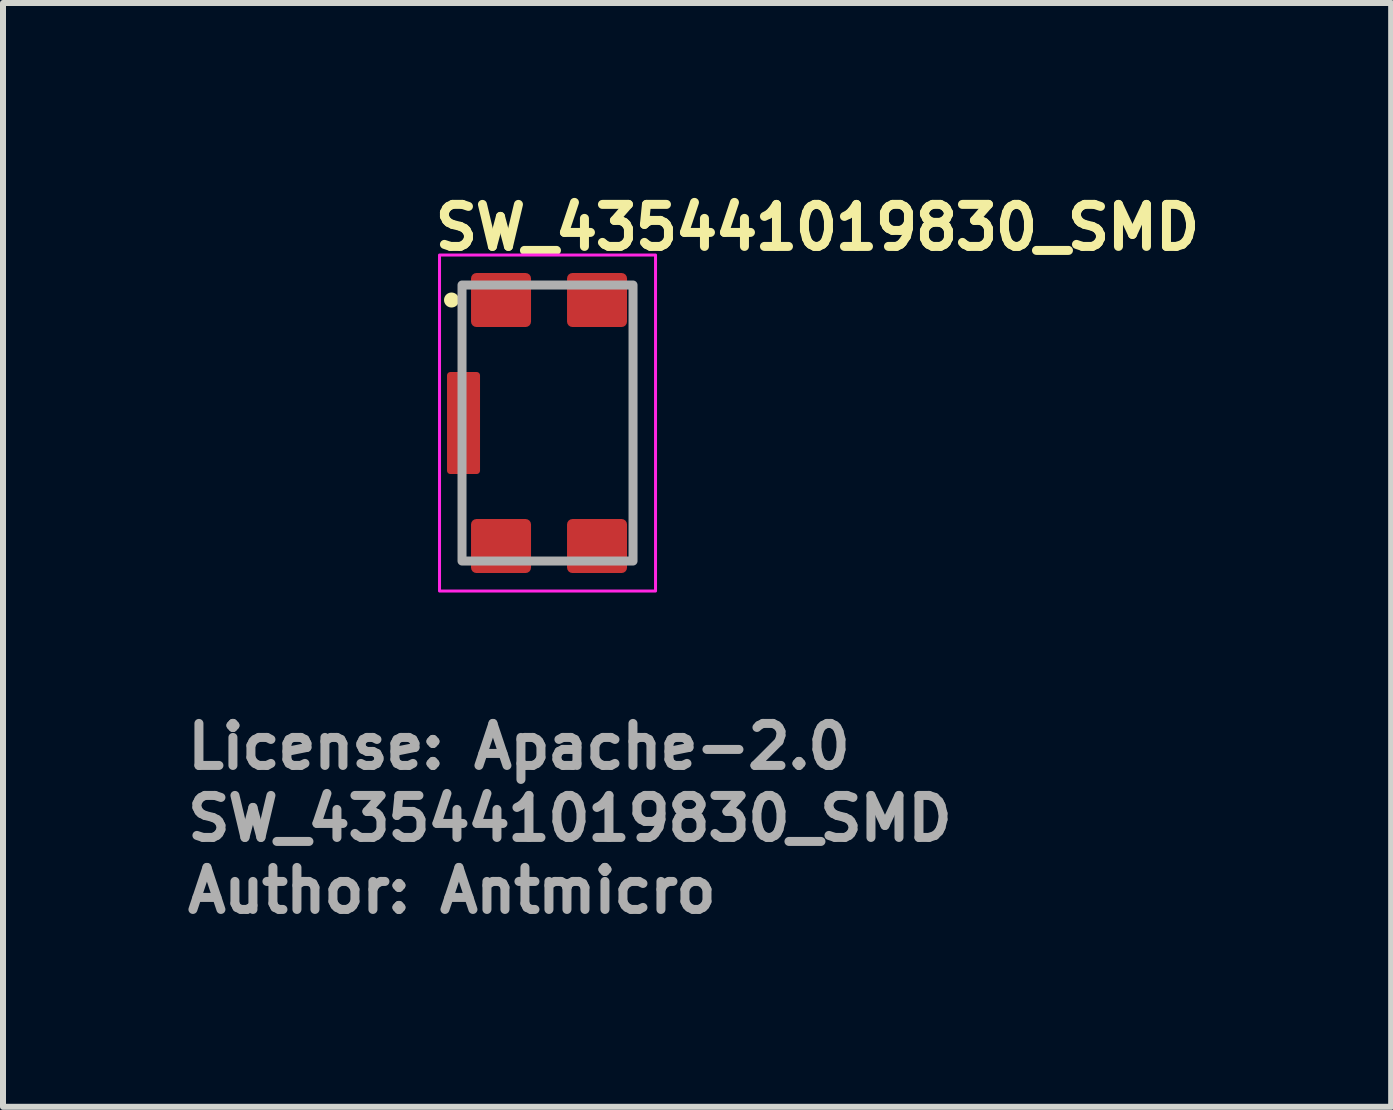
<source format=kicad_pcb>
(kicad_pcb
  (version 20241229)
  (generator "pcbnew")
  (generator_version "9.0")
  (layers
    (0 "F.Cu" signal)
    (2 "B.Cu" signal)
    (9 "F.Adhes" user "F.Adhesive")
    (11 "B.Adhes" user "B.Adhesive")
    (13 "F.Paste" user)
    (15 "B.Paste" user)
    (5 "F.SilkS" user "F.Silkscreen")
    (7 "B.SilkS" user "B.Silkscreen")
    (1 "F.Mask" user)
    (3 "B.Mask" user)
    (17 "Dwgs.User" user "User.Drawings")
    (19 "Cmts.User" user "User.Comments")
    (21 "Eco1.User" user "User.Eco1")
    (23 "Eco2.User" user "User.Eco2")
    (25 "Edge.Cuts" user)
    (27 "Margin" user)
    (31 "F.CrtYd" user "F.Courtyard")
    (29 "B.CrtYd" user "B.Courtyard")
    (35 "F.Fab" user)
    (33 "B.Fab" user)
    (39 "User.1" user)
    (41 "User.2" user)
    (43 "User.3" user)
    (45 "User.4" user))
  (footprint "SW_435441019830_SMD"
    (layer "F.Cu")
    (at 6.075 4)
    (property "Reference" "SW_435441019830_SMD" (at -1.95 -2.85 0) (unlocked yes) (layer "F.SilkS") (effects (font (size 0.7 0.7) (thickness 0.15)) (justify left bottom)))
    (attr smd)
    (fp_circle (center -1.6 -2.05) (end -1.55 -2.05) (stroke (width 0.15) (type solid)) (fill yes) (layer "F.SilkS"))
    (fp_rect (start -1.8 -2.8) (end 1.8 2.8) (stroke (width 0.05) (type solid)) (fill no) (layer "F.CrtYd"))
    (fp_rect (start -1.425 -2.3) (end 1.425 2.3) (stroke (width 0.15) (type solid)) (fill no) (layer "F.Fab"))
    (fp_rect (start -1.425 -2.3) (end 1.425 2.3) (stroke (width 0.1) (type solid)) (fill no) (layer "User.5"))
    (fp_line (start -1.425 -0.362) (end -1.425 0.362) (stroke (width 0.02) (type solid)) (layer "User.9"))
    (fp_line (start -1.425 0.362) (end -1.423 0.42) (stroke (width 0.02) (type solid)) (layer "User.9"))
    (fp_line (start -1.423 -0.42) (end -1.425 -0.362) (stroke (width 0.02) (type solid)) (layer "User.9"))
    (fp_line (start -1.423 0.42) (end -1.417 0.468) (stroke (width 0.02) (type solid)) (layer "User.9"))
    (fp_line (start -1.417 -0.468) (end -1.423 -0.42) (stroke (width 0.02) (type solid)) (layer "User.9"))
    (fp_line (start -1.417 0.468) (end -1.409 0.501) (stroke (width 0.02) (type solid)) (layer "User.9"))
    (fp_line (start -1.409 -0.501) (end -1.417 -0.468) (stroke (width 0.02) (type solid)) (layer "User.9"))
    (fp_line (start -1.409 0.501) (end -1.404 0.509) (stroke (width 0.02) (type solid)) (layer "User.9"))
    (fp_line (start -1.404 -0.509) (end -1.409 -0.501) (stroke (width 0.02) (type solid)) (layer "User.9"))
    (fp_line (start -1.404 0.509) (end -1.399 0.512) (stroke (width 0.02) (type solid)) (layer "User.9"))
    (fp_line (start -1.399 -0.512) (end -1.404 -0.509) (stroke (width 0.02) (type solid)) (layer "User.9"))
    (fp_line (start -1.399 0.512) (end -1.376 0.512) (stroke (width 0.02) (type solid)) (layer "User.9"))
    (fp_line (start -1.376 -0.512) (end -1.399 -0.512) (stroke (width 0.02) (type solid)) (layer "User.9"))
    (fp_line (start -1.376 -0.512) (end -1.376 -0.512) (stroke (width 0.02) (type solid)) (layer "User.9"))
    (fp_line (start -1.376 -0.512) (end -1.376 -0.512) (stroke (width 0.02) (type solid)) (layer "User.9"))
    (fp_line (start -1.376 -0.512) (end -1.376 0.512) (stroke (width 0.02) (type solid)) (layer "User.9"))
    (fp_line (start -1.376 0.512) (end -1.376 0.512) (stroke (width 0.02) (type solid)) (layer "User.9"))
    (fp_line (start -1.376 0.512) (end -1.376 0.512) (stroke (width 0.02) (type solid)) (layer "User.9"))
    (fp_line (start -1.375 -1.85) (end -0.857 -1.85) (stroke (width 0.02) (type solid)) (layer "User.9"))
    (fp_line (start -1.375 -1.75) (end -1.375 -1.85) (stroke (width 0.02) (type solid)) (layer "User.9"))
    (fp_line (start -1.375 -1.75) (end -1.375 -0.515) (stroke (width 0.02) (type solid)) (layer "User.9"))
    (fp_line (start -1.375 -0.512) (end -1.376 -0.512) (stroke (width 0.02) (type solid)) (layer "User.9"))
    (fp_line (start -1.375 -0.512) (end -1.375 -0.512) (stroke (width 0.02) (type solid)) (layer "User.9"))
    (fp_line (start -1.375 -0.512) (end -1.375 -0.512) (stroke (width 0.02) (type solid)) (layer "User.9"))
    (fp_line (start -1.375 -0.512) (end -1.375 -0.512) (stroke (width 0.02) (type solid)) (layer "User.9"))
    (fp_line (start -1.375 -0.512) (end -1.375 -0.512) (stroke (width 0.02) (type solid)) (layer "User.9"))
    (fp_line (start -1.375 -0.512) (end -1.375 -0.512) (stroke (width 0.02) (type solid)) (layer "User.9"))
    (fp_line (start -1.375 -0.512) (end -1.375 -0.512) (stroke (width 0.02) (type solid)) (layer "User.9"))
    (fp_line (start -1.375 -0.512) (end -1.375 -0.512) (stroke (width 0.02) (type solid)) (layer "User.9"))
    (fp_line (start -1.375 -0.512) (end -1.375 -0.512) (stroke (width 0.02) (type solid)) (layer "User.9"))
    (fp_line (start -1.375 -0.512) (end -1.375 -0.512) (stroke (width 0.02) (type solid)) (layer "User.9"))
    (fp_line (start -1.375 -0.512) (end -1.375 -0.512) (stroke (width 0.02) (type solid)) (layer "User.9"))
    (fp_line (start -1.375 -0.512) (end -1.375 -0.512) (stroke (width 0.02) (type solid)) (layer "User.9"))
    (fp_line (start -1.375 -0.512) (end -1.374 -0.512) (stroke (width 0.02) (type solid)) (layer "User.9"))
    (fp_line (start -1.375 0.512) (end -1.376 0.512) (stroke (width 0.02) (type solid)) (layer "User.9"))
    (fp_line (start -1.375 0.512) (end -1.375 -0.512) (stroke (width 0.02) (type solid)) (layer "User.9"))
    (fp_line (start -1.375 0.512) (end -1.375 0.512) (stroke (width 0.02) (type solid)) (layer "User.9"))
    (fp_line (start -1.375 0.512) (end -1.375 0.512) (stroke (width 0.02) (type solid)) (layer "User.9"))
    (fp_line (start -1.375 0.512) (end -1.375 0.512) (stroke (width 0.02) (type solid)) (layer "User.9"))
    (fp_line (start -1.375 0.512) (end -1.375 0.512) (stroke (width 0.02) (type solid)) (layer "User.9"))
    (fp_line (start -1.375 0.512) (end -1.375 0.512) (stroke (width 0.02) (type solid)) (layer "User.9"))
    (fp_line (start -1.375 0.512) (end -1.375 0.512) (stroke (width 0.02) (type solid)) (layer "User.9"))
    (fp_line (start -1.375 0.512) (end -1.375 0.512) (stroke (width 0.02) (type solid)) (layer "User.9"))
    (fp_line (start -1.375 0.512) (end -1.375 0.512) (stroke (width 0.02) (type solid)) (layer "User.9"))
    (fp_line (start -1.375 0.512) (end -1.375 0.512) (stroke (width 0.02) (type solid)) (layer "User.9"))
    (fp_line (start -1.375 0.512) (end -1.375 0.512) (stroke (width 0.02) (type solid)) (layer "User.9"))
    (fp_line (start -1.375 0.512) (end -1.375 0.512) (stroke (width 0.02) (type solid)) (layer "User.9"))
    (fp_line (start -1.375 0.515) (end -1.375 1.75) (stroke (width 0.02) (type solid)) (layer "User.9"))
    (fp_line (start -1.375 1.75) (end -1.325 1.75) (stroke (width 0.02) (type solid)) (layer "User.9"))
    (fp_line (start -1.375 1.85) (end -1.375 1.75) (stroke (width 0.02) (type solid)) (layer "User.9"))
    (fp_line (start -1.374 -0.512) (end -1.373 -0.512) (stroke (width 0.02) (type solid)) (layer "User.9"))
    (fp_line (start -1.374 0.512) (end -1.375 0.512) (stroke (width 0.02) (type solid)) (layer "User.9"))
    (fp_line (start -1.373 -0.512) (end -1.37 -0.512) (stroke (width 0.02) (type solid)) (layer "User.9"))
    (fp_line (start -1.373 0.512) (end -1.374 0.512) (stroke (width 0.02) (type solid)) (layer "User.9"))
    (fp_line (start -1.37 -0.512) (end -1.367 -0.512) (stroke (width 0.02) (type solid)) (layer "User.9"))
    (fp_line (start -1.37 0.512) (end -1.373 0.512) (stroke (width 0.02) (type solid)) (layer "User.9"))
    (fp_line (start -1.367 -0.512) (end -1.362 -0.512) (stroke (width 0.02) (type solid)) (layer "User.9"))
    (fp_line (start -1.367 0.512) (end -1.37 0.512) (stroke (width 0.02) (type solid)) (layer "User.9"))
    (fp_line (start -1.362 -0.512) (end -1.357 -0.512) (stroke (width 0.02) (type solid)) (layer "User.9"))
    (fp_line (start -1.362 0.512) (end -1.367 0.512) (stroke (width 0.02) (type solid)) (layer "User.9"))
    (fp_line (start -1.357 -0.512) (end -1.35 -0.512) (stroke (width 0.02) (type solid)) (layer "User.9"))
    (fp_line (start -1.357 0.512) (end -1.362 0.512) (stroke (width 0.02) (type solid)) (layer "User.9"))
    (fp_line (start -1.35 -0.512) (end -1.343 -0.512) (stroke (width 0.02) (type solid)) (layer "User.9"))
    (fp_line (start -1.35 0.512) (end -1.357 0.512) (stroke (width 0.02) (type solid)) (layer "User.9"))
    (fp_line (start -1.343 -0.512) (end -1.334 -0.512) (stroke (width 0.02) (type solid)) (layer "User.9"))
    (fp_line (start -1.343 0.512) (end -1.35 0.512) (stroke (width 0.02) (type solid)) (layer "User.9"))
    (fp_line (start -1.334 -0.512) (end -1.325 -0.512) (stroke (width 0.02) (type solid)) (layer "User.9"))
    (fp_line (start -1.334 0.512) (end -1.343 0.512) (stroke (width 0.02) (type solid)) (layer "User.9"))
    (fp_line (start -1.325 -1.75) (end -1.375 -1.75) (stroke (width 0.02) (type solid)) (layer "User.9"))
    (fp_line (start -1.325 -1.75) (end -1.325 -1.336) (stroke (width 0.02) (type solid)) (layer "User.9"))
    (fp_line (start -1.325 -1.176) (end -1.325 -0.762) (stroke (width 0.02) (type solid)) (layer "User.9"))
    (fp_line (start -1.325 -1.176) (end -1.301 -1.184) (stroke (width 0.02) (type solid)) (layer "User.9"))
    (fp_line (start -1.325 -0.762) (end -1.225 -0.762) (stroke (width 0.02) (type solid)) (layer "User.9"))
    (fp_line (start -1.325 -0.512) (end -1.315 -0.512) (stroke (width 0.02) (type solid)) (layer "User.9"))
    (fp_line (start -1.325 0.512) (end -1.334 0.512) (stroke (width 0.02) (type solid)) (layer "User.9"))
    (fp_line (start -1.325 0.762) (end -1.325 1.176) (stroke (width 0.02) (type solid)) (layer "User.9"))
    (fp_line (start -1.325 1.336) (end -1.325 1.75) (stroke (width 0.02) (type solid)) (layer "User.9"))
    (fp_line (start -1.325 1.336) (end -1.301 1.328) (stroke (width 0.02) (type solid)) (layer "User.9"))
    (fp_line (start -1.315 -0.512) (end -1.304 -0.512) (stroke (width 0.02) (type solid)) (layer "User.9"))
    (fp_line (start -1.315 0.512) (end -1.325 0.512) (stroke (width 0.02) (type solid)) (layer "User.9"))
    (fp_line (start -1.304 -0.512) (end -1.292 -0.512) (stroke (width 0.02) (type solid)) (layer "User.9"))
    (fp_line (start -1.304 0.512) (end -1.315 0.512) (stroke (width 0.02) (type solid)) (layer "User.9"))
    (fp_line (start -1.301 -1.328) (end -1.325 -1.336) (stroke (width 0.02) (type solid)) (layer "User.9"))
    (fp_line (start -1.301 -1.184) (end -1.281 -1.199) (stroke (width 0.02) (type solid)) (layer "User.9"))
    (fp_line (start -1.301 1.184) (end -1.325 1.176) (stroke (width 0.02) (type solid)) (layer "User.9"))
    (fp_line (start -1.301 1.328) (end -1.281 1.313) (stroke (width 0.02) (type solid)) (layer "User.9"))
    (fp_line (start -1.292 -0.512) (end -1.28 -0.512) (stroke (width 0.02) (type solid)) (layer "User.9"))
    (fp_line (start -1.292 0.512) (end -1.304 0.512) (stroke (width 0.02) (type solid)) (layer "User.9"))
    (fp_line (start -1.281 -1.313) (end -1.301 -1.328) (stroke (width 0.02) (type solid)) (layer "User.9"))
    (fp_line (start -1.281 -1.199) (end -1.267 -1.22) (stroke (width 0.02) (type solid)) (layer "User.9"))
    (fp_line (start -1.281 1.199) (end -1.301 1.184) (stroke (width 0.02) (type solid)) (layer "User.9"))
    (fp_line (start -1.281 1.313) (end -1.267 1.293) (stroke (width 0.02) (type solid)) (layer "User.9"))
    (fp_line (start -1.28 -0.515) (end -1.375 -0.515) (stroke (width 0.02) (type solid)) (layer "User.9"))
    (fp_line (start -1.28 -0.515) (end -1.28 -0.575) (stroke (width 0.02) (type solid)) (layer "User.9"))
    (fp_line (start -1.28 -0.515) (end -1.247 -0.515) (stroke (width 0.02) (type solid)) (layer "User.9"))
    (fp_line (start -1.28 -0.512) (end -1.257 -0.514) (stroke (width 0.02) (type solid)) (layer "User.9"))
    (fp_line (start -1.28 0.512) (end -1.292 0.512) (stroke (width 0.02) (type solid)) (layer "User.9"))
    (fp_line (start -1.28 0.515) (end -1.375 0.515) (stroke (width 0.02) (type solid)) (layer "User.9"))
    (fp_line (start -1.28 0.575) (end -1.28 0.515) (stroke (width 0.02) (type solid)) (layer "User.9"))
    (fp_line (start -1.267 -1.293) (end -1.281 -1.313) (stroke (width 0.02) (type solid)) (layer "User.9"))
    (fp_line (start -1.267 -1.22) (end -1.259 -1.244) (stroke (width 0.02) (type solid)) (layer "User.9"))
    (fp_line (start -1.267 1.22) (end -1.281 1.199) (stroke (width 0.02) (type solid)) (layer "User.9"))
    (fp_line (start -1.267 1.293) (end -1.259 1.269) (stroke (width 0.02) (type solid)) (layer "User.9"))
    (fp_line (start -1.259 -1.269) (end -1.267 -1.293) (stroke (width 0.02) (type solid)) (layer "User.9"))
    (fp_line (start -1.259 -1.244) (end -1.259 -1.269) (stroke (width 0.02) (type solid)) (layer "User.9"))
    (fp_line (start -1.259 1.244) (end -1.267 1.22) (stroke (width 0.02) (type solid)) (layer "User.9"))
    (fp_line (start -1.259 1.269) (end -1.259 1.244) (stroke (width 0.02) (type solid)) (layer "User.9"))
    (fp_line (start -1.257 -0.514) (end -1.232 -0.518) (stroke (width 0.02) (type solid)) (layer "User.9"))
    (fp_line (start -1.257 0.514) (end -1.28 0.512) (stroke (width 0.02) (type solid)) (layer "User.9"))
    (fp_line (start -1.247 0.515) (end -1.28 0.515) (stroke (width 0.02) (type solid)) (layer "User.9"))
    (fp_line (start -1.232 -0.518) (end -1.206 -0.525) (stroke (width 0.02) (type solid)) (layer "User.9"))
    (fp_line (start -1.232 0.518) (end -1.257 0.514) (stroke (width 0.02) (type solid)) (layer "User.9"))
    (fp_line (start -1.225 0.762) (end -1.325 0.762) (stroke (width 0.02) (type solid)) (layer "User.9"))
    (fp_line (start -1.225 0.762) (end -1.199 0.759) (stroke (width 0.02) (type solid)) (layer "User.9"))
    (fp_line (start -1.206 -0.525) (end -1.181 -0.535) (stroke (width 0.02) (type solid)) (layer "User.9"))
    (fp_line (start -1.206 0.525) (end -1.232 0.518) (stroke (width 0.02) (type solid)) (layer "User.9"))
    (fp_line (start -1.199 -0.759) (end -1.225 -0.762) (stroke (width 0.02) (type solid)) (layer "User.9"))
    (fp_line (start -1.199 0.759) (end -1.175 0.749) (stroke (width 0.02) (type solid)) (layer "User.9"))
    (fp_line (start -1.182 0.535) (end -1.206 0.525) (stroke (width 0.02) (type solid)) (layer "User.9"))
    (fp_line (start -1.181 -0.535) (end -1.159 -0.549) (stroke (width 0.02) (type solid)) (layer "User.9"))
    (fp_line (start -1.175 -0.749) (end -1.199 -0.759) (stroke (width 0.02) (type solid)) (layer "User.9"))
    (fp_line (start -1.175 0.749) (end -1.154 0.733) (stroke (width 0.02) (type solid)) (layer "User.9"))
    (fp_line (start -1.159 -0.549) (end -1.141 -0.566) (stroke (width 0.02) (type solid)) (layer "User.9"))
    (fp_line (start -1.159 0.549) (end -1.182 0.535) (stroke (width 0.02) (type solid)) (layer "User.9"))
    (fp_line (start -1.154 -0.733) (end -1.175 -0.749) (stroke (width 0.02) (type solid)) (layer "User.9"))
    (fp_line (start -1.154 0.733) (end -1.138 0.712) (stroke (width 0.02) (type solid)) (layer "User.9"))
    (fp_line (start -1.141 -0.566) (end -1.129 -0.587) (stroke (width 0.02) (type solid)) (layer "User.9"))
    (fp_line (start -1.141 0.566) (end -1.159 0.549) (stroke (width 0.02) (type solid)) (layer "User.9"))
    (fp_line (start -1.138 -0.712) (end -1.154 -0.733) (stroke (width 0.02) (type solid)) (layer "User.9"))
    (fp_line (start -1.138 0.712) (end -1.128 0.688) (stroke (width 0.02) (type solid)) (layer "User.9"))
    (fp_line (start -1.135 -0.575) (end -1.28 -0.575) (stroke (width 0.02) (type solid)) (layer "User.9"))
    (fp_line (start -1.135 0.575) (end -1.28 0.575) (stroke (width 0.02) (type solid)) (layer "User.9"))
    (fp_line (start -1.129 -0.587) (end -1.126 -0.599) (stroke (width 0.02) (type solid)) (layer "User.9"))
    (fp_line (start -1.129 0.587) (end -1.141 0.566) (stroke (width 0.02) (type solid)) (layer "User.9"))
    (fp_line (start -1.128 -0.688) (end -1.138 -0.712) (stroke (width 0.02) (type solid)) (layer "User.9"))
    (fp_line (start -1.128 0.688) (end -1.125 0.662) (stroke (width 0.02) (type solid)) (layer "User.9"))
    (fp_line (start -1.126 -0.599) (end -1.125 -0.612) (stroke (width 0.02) (type solid)) (layer "User.9"))
    (fp_line (start -1.126 0.599) (end -1.129 0.587) (stroke (width 0.02) (type solid)) (layer "User.9"))
    (fp_line (start -1.125 -0.662) (end -1.128 -0.688) (stroke (width 0.02) (type solid)) (layer "User.9"))
    (fp_line (start -1.125 -0.612) (end -1.125 -0.662) (stroke (width 0.02) (type solid)) (layer "User.9"))
    (fp_line (start -1.125 0.612) (end -1.126 0.599) (stroke (width 0.02) (type solid)) (layer "User.9"))
    (fp_line (start -1.125 0.612) (end -1.125 -0.612) (stroke (width 0.02) (type solid)) (layer "User.9"))
    (fp_line (start -1.125 0.662) (end -1.125 0.612) (stroke (width 0.02) (type solid)) (layer "User.9"))
    (fp_line (start -1.025 -2.3) (end -0.525 -2.3) (stroke (width 0.02) (type solid)) (layer "User.9"))
    (fp_line (start -1.025 -1.85) (end -1.025 -2.3) (stroke (width 0.02) (type solid)) (layer "User.9"))
    (fp_line (start -1.025 2.3) (end -1.025 1.85) (stroke (width 0.02) (type solid)) (layer "User.9"))
    (fp_line (start -0.95 -1.75) (end -1.325 -1.75) (stroke (width 0.02) (type solid)) (layer "User.9"))
    (fp_line (start -0.95 -1.75) (end -0.937 -1.751) (stroke (width 0.02) (type solid)) (layer "User.9"))
    (fp_line (start -0.95 1.75) (end -1.325 1.75) (stroke (width 0.02) (type solid)) (layer "User.9"))
    (fp_line (start -0.937 -1.751) (end -0.925 -1.754) (stroke (width 0.02) (type solid)) (layer "User.9"))
    (fp_line (start -0.937 1.751) (end -0.95 1.75) (stroke (width 0.02) (type solid)) (layer "User.9"))
    (fp_line (start -0.925 -1.754) (end -0.904 -1.766) (stroke (width 0.02) (type solid)) (layer "User.9"))
    (fp_line (start -0.925 1.754) (end -0.937 1.751) (stroke (width 0.02) (type solid)) (layer "User.9"))
    (fp_line (start -0.924 -0.042) (end -0.924 0.042) (stroke (width 0.02) (type solid)) (layer "User.9"))
    (fp_line (start -0.924 0.042) (end -0.917 0.125) (stroke (width 0.02) (type solid)) (layer "User.9"))
    (fp_line (start -0.917 -0.125) (end -0.924 -0.042) (stroke (width 0.02) (type solid)) (layer "User.9"))
    (fp_line (start -0.917 0.125) (end -0.902 0.206) (stroke (width 0.02) (type solid)) (layer "User.9"))
    (fp_line (start -0.904 -1.766) (end -0.887 -1.784) (stroke (width 0.02) (type solid)) (layer "User.9"))
    (fp_line (start -0.904 1.766) (end -0.925 1.754) (stroke (width 0.02) (type solid)) (layer "User.9"))
    (fp_line (start -0.902 -0.206) (end -0.917 -0.125) (stroke (width 0.02) (type solid)) (layer "User.9"))
    (fp_line (start -0.902 0.206) (end -0.881 0.287) (stroke (width 0.02) (type solid)) (layer "User.9"))
    (fp_line (start -0.887 -1.784) (end -0.873 -1.807) (stroke (width 0.02) (type solid)) (layer "User.9"))
    (fp_line (start -0.887 1.784) (end -0.904 1.766) (stroke (width 0.02) (type solid)) (layer "User.9"))
    (fp_line (start -0.881 -0.287) (end -0.902 -0.206) (stroke (width 0.02) (type solid)) (layer "User.9"))
    (fp_line (start -0.881 0.287) (end -0.852 0.365) (stroke (width 0.02) (type solid)) (layer "User.9"))
    (fp_line (start -0.874 -0.041) (end -0.867 -0.121) (stroke (width 0.02) (type solid)) (layer "User.9"))
    (fp_line (start -0.874 -0.041) (end -0.867 -0.121) (stroke (width 0.02) (type solid)) (layer "User.9"))
    (fp_line (start -0.874 0.041) (end -0.874 -0.041) (stroke (width 0.02) (type solid)) (layer "User.9"))
    (fp_line (start -0.874 0.041) (end -0.874 -0.041) (stroke (width 0.02) (type solid)) (layer "User.9"))
    (fp_line (start -0.873 -1.807) (end -0.863 -1.831) (stroke (width 0.02) (type solid)) (layer "User.9"))
    (fp_line (start -0.873 1.807) (end -0.887 1.784) (stroke (width 0.02) (type solid)) (layer "User.9"))
    (fp_line (start -0.867 -0.121) (end -0.852 -0.201) (stroke (width 0.02) (type solid)) (layer "User.9"))
    (fp_line (start -0.867 -0.121) (end -0.852 -0.201) (stroke (width 0.02) (type solid)) (layer "User.9"))
    (fp_line (start -0.867 0.121) (end -0.874 0.041) (stroke (width 0.02) (type solid)) (layer "User.9"))
    (fp_line (start -0.867 0.121) (end -0.874 0.041) (stroke (width 0.02) (type solid)) (layer "User.9"))
    (fp_line (start -0.863 -1.831) (end -0.855 -1.857) (stroke (width 0.02) (type solid)) (layer "User.9"))
    (fp_line (start -0.863 1.831) (end -0.873 1.807) (stroke (width 0.02) (type solid)) (layer "User.9"))
    (fp_line (start -0.857 1.85) (end -1.375 1.85) (stroke (width 0.02) (type solid)) (layer "User.9"))
    (fp_line (start -0.855 -1.857) (end -0.851 -1.882) (stroke (width 0.02) (type solid)) (layer "User.9"))
    (fp_line (start -0.855 1.857) (end -0.863 1.831) (stroke (width 0.02) (type solid)) (layer "User.9"))
    (fp_line (start -0.852 -0.365) (end -0.881 -0.287) (stroke (width 0.02) (type solid)) (layer "User.9"))
    (fp_line (start -0.852 -0.201) (end -0.831 -0.279) (stroke (width 0.02) (type solid)) (layer "User.9"))
    (fp_line (start -0.852 -0.201) (end -0.831 -0.279) (stroke (width 0.02) (type solid)) (layer "User.9"))
    (fp_line (start -0.852 0.201) (end -0.867 0.121) (stroke (width 0.02) (type solid)) (layer "User.9"))
    (fp_line (start -0.852 0.201) (end -0.867 0.121) (stroke (width 0.02) (type solid)) (layer "User.9"))
    (fp_line (start -0.852 0.365) (end -0.817 0.44) (stroke (width 0.02) (type solid)) (layer "User.9"))
    (fp_line (start -0.851 -1.882) (end -0.85 -1.905) (stroke (width 0.02) (type solid)) (layer "User.9"))
    (fp_line (start -0.851 1.882) (end -0.855 1.857) (stroke (width 0.02) (type solid)) (layer "User.9"))
    (fp_line (start -0.85 -2) (end -0.85 -1.905) (stroke (width 0.02) (type solid)) (layer "User.9"))
    (fp_line (start -0.85 -1.999) (end -0.85 -2) (stroke (width 0.02) (type solid)) (layer "User.9"))
    (fp_line (start -0.85 -1.998) (end -0.85 -1.999) (stroke (width 0.02) (type solid)) (layer "User.9"))
    (fp_line (start -0.85 -1.995) (end -0.85 -1.998) (stroke (width 0.02) (type solid)) (layer "User.9"))
    (fp_line (start -0.85 -1.992) (end -0.85 -1.995) (stroke (width 0.02) (type solid)) (layer "User.9"))
    (fp_line (start -0.85 -1.987) (end -0.85 -1.992) (stroke (width 0.02) (type solid)) (layer "User.9"))
    (fp_line (start -0.85 -1.982) (end -0.85 -1.987) (stroke (width 0.02) (type solid)) (layer "User.9"))
    (fp_line (start -0.85 -1.975) (end -0.85 -1.982) (stroke (width 0.02) (type solid)) (layer "User.9"))
    (fp_line (start -0.85 -1.968) (end -0.85 -1.975) (stroke (width 0.02) (type solid)) (layer "User.9"))
    (fp_line (start -0.85 -1.959) (end -0.85 -1.968) (stroke (width 0.02) (type solid)) (layer "User.9"))
    (fp_line (start -0.85 -1.95) (end -0.85 -1.959) (stroke (width 0.02) (type solid)) (layer "User.9"))
    (fp_line (start -0.85 -1.94) (end -0.85 -1.95) (stroke (width 0.02) (type solid)) (layer "User.9"))
    (fp_line (start -0.85 -1.929) (end -0.85 -1.94) (stroke (width 0.02) (type solid)) (layer "User.9"))
    (fp_line (start -0.85 -1.917) (end -0.85 -1.929) (stroke (width 0.02) (type solid)) (layer "User.9"))
    (fp_line (start -0.85 -1.905) (end -0.85 -1.917) (stroke (width 0.02) (type solid)) (layer "User.9"))
    (fp_line (start -0.85 1.905) (end -0.851 1.882) (stroke (width 0.02) (type solid)) (layer "User.9"))
    (fp_line (start -0.85 1.905) (end -0.85 2) (stroke (width 0.02) (type solid)) (layer "User.9"))
    (fp_line (start -0.85 1.917) (end -0.85 1.905) (stroke (width 0.02) (type solid)) (layer "User.9"))
    (fp_line (start -0.85 1.929) (end -0.85 1.917) (stroke (width 0.02) (type solid)) (layer "User.9"))
    (fp_line (start -0.85 1.94) (end -0.85 1.929) (stroke (width 0.02) (type solid)) (layer "User.9"))
    (fp_line (start -0.85 1.95) (end -0.85 1.94) (stroke (width 0.02) (type solid)) (layer "User.9"))
    (fp_line (start -0.85 1.959) (end -0.85 1.95) (stroke (width 0.02) (type solid)) (layer "User.9"))
    (fp_line (start -0.85 1.968) (end -0.85 1.959) (stroke (width 0.02) (type solid)) (layer "User.9"))
    (fp_line (start -0.85 1.975) (end -0.85 1.968) (stroke (width 0.02) (type solid)) (layer "User.9"))
    (fp_line (start -0.85 1.982) (end -0.85 1.975) (stroke (width 0.02) (type solid)) (layer "User.9"))
    (fp_line (start -0.85 1.987) (end -0.85 1.982) (stroke (width 0.02) (type solid)) (layer "User.9"))
    (fp_line (start -0.85 1.992) (end -0.85 1.987) (stroke (width 0.02) (type solid)) (layer "User.9"))
    (fp_line (start -0.85 1.995) (end -0.85 1.992) (stroke (width 0.02) (type solid)) (layer "User.9"))
    (fp_line (start -0.85 1.998) (end -0.85 1.995) (stroke (width 0.02) (type solid)) (layer "User.9"))
    (fp_line (start -0.85 1.999) (end -0.85 1.998) (stroke (width 0.02) (type solid)) (layer "User.9"))
    (fp_line (start -0.85 2) (end -0.85 1.999) (stroke (width 0.02) (type solid)) (layer "User.9"))
    (fp_line (start -0.85 2) (end -0.849 2.001) (stroke (width 0.02) (type solid)) (layer "User.9"))
    (fp_line (start -0.849 -2.001) (end -0.85 -2) (stroke (width 0.02) (type solid)) (layer "User.9"))
    (fp_line (start -0.849 2.001) (end -0.84 2.009) (stroke (width 0.02) (type solid)) (layer "User.9"))
    (fp_line (start -0.849 2.001) (end 0.899 2.001) (stroke (width 0.02) (type solid)) (layer "User.9"))
    (fp_line (start -0.84 -2.009) (end -0.849 -2.001) (stroke (width 0.02) (type solid)) (layer "User.9"))
    (fp_line (start -0.84 2.009) (end -0.823 2.016) (stroke (width 0.02) (type solid)) (layer "User.9"))
    (fp_line (start -0.831 -0.279) (end -0.802 -0.355) (stroke (width 0.02) (type solid)) (layer "User.9"))
    (fp_line (start -0.831 -0.279) (end -0.802 -0.355) (stroke (width 0.02) (type solid)) (layer "User.9"))
    (fp_line (start -0.831 0.279) (end -0.852 0.201) (stroke (width 0.02) (type solid)) (layer "User.9"))
    (fp_line (start -0.831 0.279) (end -0.852 0.201) (stroke (width 0.02) (type solid)) (layer "User.9"))
    (fp_line (start -0.823 -2.016) (end -0.84 -2.009) (stroke (width 0.02) (type solid)) (layer "User.9"))
    (fp_line (start -0.823 2.016) (end -0.799 2.023) (stroke (width 0.02) (type solid)) (layer "User.9"))
    (fp_line (start -0.817 -0.44) (end -0.852 -0.365) (stroke (width 0.02) (type solid)) (layer "User.9"))
    (fp_line (start -0.817 0.44) (end -0.775 0.512) (stroke (width 0.02) (type solid)) (layer "User.9"))
    (fp_line (start -0.802 -0.355) (end -0.767 -0.428) (stroke (width 0.02) (type solid)) (layer "User.9"))
    (fp_line (start -0.802 -0.355) (end -0.767 -0.428) (stroke (width 0.02) (type solid)) (layer "User.9"))
    (fp_line (start -0.802 0.355) (end -0.831 0.279) (stroke (width 0.02) (type solid)) (layer "User.9"))
    (fp_line (start -0.802 0.355) (end -0.831 0.279) (stroke (width 0.02) (type solid)) (layer "User.9"))
    (fp_line (start -0.799 -2.023) (end -0.823 -2.016) (stroke (width 0.02) (type solid)) (layer "User.9"))
    (fp_line (start -0.799 2.023) (end -0.768 2.029) (stroke (width 0.02) (type solid)) (layer "User.9"))
    (fp_line (start -0.775 -0.95) (end -0.775 -0.512) (stroke (width 0.02) (type solid)) (layer "User.9"))
    (fp_line (start -0.775 -0.512) (end -0.817 -0.44) (stroke (width 0.02) (type solid)) (layer "User.9"))
    (fp_line (start -0.775 0.512) (end -0.775 0.95) (stroke (width 0.02) (type solid)) (layer "User.9"))
    (fp_line (start -0.775 0.95) (end -0.771 0.989) (stroke (width 0.02) (type solid)) (layer "User.9"))
    (fp_line (start -0.774 -0.038) (end -0.767 -0.115) (stroke (width 0.02) (type solid)) (layer "User.9"))
    (fp_line (start -0.774 0.038) (end -0.774 -0.038) (stroke (width 0.02) (type solid)) (layer "User.9"))
    (fp_line (start -0.771 -0.989) (end -0.775 -0.95) (stroke (width 0.02) (type solid)) (layer "User.9"))
    (fp_line (start -0.771 0.989) (end -0.76 1.027) (stroke (width 0.02) (type solid)) (layer "User.9"))
    (fp_line (start -0.768 -2.029) (end -0.799 -2.023) (stroke (width 0.02) (type solid)) (layer "User.9"))
    (fp_line (start -0.768 2.029) (end -0.69 2.037) (stroke (width 0.02) (type solid)) (layer "User.9"))
    (fp_line (start -0.767 -0.428) (end -0.725 -0.497) (stroke (width 0.02) (type solid)) (layer "User.9"))
    (fp_line (start -0.767 -0.428) (end -0.725 -0.497) (stroke (width 0.02) (type solid)) (layer "User.9"))
    (fp_line (start -0.767 -0.115) (end -0.752 -0.19) (stroke (width 0.02) (type solid)) (layer "User.9"))
    (fp_line (start -0.767 0.115) (end -0.774 0.038) (stroke (width 0.02) (type solid)) (layer "User.9"))
    (fp_line (start -0.767 0.428) (end -0.802 0.355) (stroke (width 0.02) (type solid)) (layer "User.9"))
    (fp_line (start -0.767 0.428) (end -0.802 0.355) (stroke (width 0.02) (type solid)) (layer "User.9"))
    (fp_line (start -0.76 -1.027) (end -0.771 -0.989) (stroke (width 0.02) (type solid)) (layer "User.9"))
    (fp_line (start -0.76 1.027) (end -0.741 1.061) (stroke (width 0.02) (type solid)) (layer "User.9"))
    (fp_line (start -0.752 -0.19) (end -0.73 -0.263) (stroke (width 0.02) (type solid)) (layer "User.9"))
    (fp_line (start -0.752 0.19) (end -0.767 0.115) (stroke (width 0.02) (type solid)) (layer "User.9"))
    (fp_line (start -0.741 -1.061) (end -0.76 -1.027) (stroke (width 0.02) (type solid)) (layer "User.9"))
    (fp_line (start -0.741 1.061) (end -0.716 1.091) (stroke (width 0.02) (type solid)) (layer "User.9"))
    (fp_line (start -0.73 -0.263) (end -0.702 -0.334) (stroke (width 0.02) (type solid)) (layer "User.9"))
    (fp_line (start -0.73 0.263) (end -0.752 0.19) (stroke (width 0.02) (type solid)) (layer "User.9"))
    (fp_line (start -0.725 -0.897) (end -0.724 -0.897) (stroke (width 0.02) (type solid)) (layer "User.9"))
    (fp_line (start -0.725 -0.897) (end -0.721 -0.937) (stroke (width 0.02) (type solid)) (layer "User.9"))
    (fp_line (start -0.725 -0.897) (end -0.721 -0.937) (stroke (width 0.02) (type solid)) (layer "User.9"))
    (fp_line (start -0.725 -0.497) (end -0.725 -0.897) (stroke (width 0.02) (type solid)) (layer "User.9"))
    (fp_line (start -0.725 -0.497) (end -0.723 -0.497) (stroke (width 0.02) (type solid)) (layer "User.9"))
    (fp_line (start -0.725 0.497) (end -0.767 0.428) (stroke (width 0.02) (type solid)) (layer "User.9"))
    (fp_line (start -0.725 0.497) (end -0.767 0.428) (stroke (width 0.02) (type solid)) (layer "User.9"))
    (fp_line (start -0.725 0.497) (end -0.723 0.497) (stroke (width 0.02) (type solid)) (layer "User.9"))
    (fp_line (start -0.725 0.897) (end -0.725 0.497) (stroke (width 0.02) (type solid)) (layer "User.9"))
    (fp_line (start -0.725 0.897) (end -0.724 0.897) (stroke (width 0.02) (type solid)) (layer "User.9"))
    (fp_line (start -0.724 -0.897) (end -0.722 -0.897) (stroke (width 0.02) (type solid)) (layer "User.9"))
    (fp_line (start -0.724 0.897) (end -0.722 0.897) (stroke (width 0.02) (type solid)) (layer "User.9"))
    (fp_line (start -0.723 -0.497) (end -0.717 -0.495) (stroke (width 0.02) (type solid)) (layer "User.9"))
    (fp_line (start -0.723 0.497) (end -0.717 0.495) (stroke (width 0.02) (type solid)) (layer "User.9"))
    (fp_line (start -0.722 -0.897) (end -0.719 -0.897) (stroke (width 0.02) (type solid)) (layer "User.9"))
    (fp_line (start -0.722 0.897) (end -0.719 0.897) (stroke (width 0.02) (type solid)) (layer "User.9"))
    (fp_line (start -0.721 -0.937) (end -0.71 -0.974) (stroke (width 0.02) (type solid)) (layer "User.9"))
    (fp_line (start -0.721 -0.937) (end -0.71 -0.974) (stroke (width 0.02) (type solid)) (layer "User.9"))
    (fp_line (start -0.721 0.937) (end -0.725 0.897) (stroke (width 0.02) (type solid)) (layer "User.9"))
    (fp_line (start -0.721 0.937) (end -0.725 0.897) (stroke (width 0.02) (type solid)) (layer "User.9"))
    (fp_line (start -0.719 -0.897) (end -0.715 -0.897) (stroke (width 0.02) (type solid)) (layer "User.9"))
    (fp_line (start -0.719 0.897) (end -0.715 0.897) (stroke (width 0.02) (type solid)) (layer "User.9"))
    (fp_line (start -0.717 -0.495) (end -0.694 -0.488) (stroke (width 0.02) (type solid)) (layer "User.9"))
    (fp_line (start -0.717 0.495) (end -0.694 0.488) (stroke (width 0.02) (type solid)) (layer "User.9"))
    (fp_line (start -0.716 -1.091) (end -0.741 -1.061) (stroke (width 0.02) (type solid)) (layer "User.9"))
    (fp_line (start -0.716 1.091) (end -0.686 1.116) (stroke (width 0.02) (type solid)) (layer "User.9"))
    (fp_line (start -0.715 -0.897) (end -0.71 -0.897) (stroke (width 0.02) (type solid)) (layer "User.9"))
    (fp_line (start -0.715 0.897) (end -0.71 0.897) (stroke (width 0.02) (type solid)) (layer "User.9"))
    (fp_line (start -0.71 -0.974) (end -0.691 -1.009) (stroke (width 0.02) (type solid)) (layer "User.9"))
    (fp_line (start -0.71 -0.974) (end -0.691 -1.009) (stroke (width 0.02) (type solid)) (layer "User.9"))
    (fp_line (start -0.71 -0.897) (end -0.703 -0.897) (stroke (width 0.02) (type solid)) (layer "User.9"))
    (fp_line (start -0.71 0.897) (end -0.703 0.897) (stroke (width 0.02) (type solid)) (layer "User.9"))
    (fp_line (start -0.71 0.974) (end -0.721 0.937) (stroke (width 0.02) (type solid)) (layer "User.9"))
    (fp_line (start -0.71 0.974) (end -0.721 0.937) (stroke (width 0.02) (type solid)) (layer "User.9"))
    (fp_line (start -0.703 -0.897) (end -0.696 -0.897) (stroke (width 0.02) (type solid)) (layer "User.9"))
    (fp_line (start -0.703 0.897) (end -0.696 0.897) (stroke (width 0.02) (type solid)) (layer "User.9"))
    (fp_line (start -0.702 -0.334) (end -0.667 -0.402) (stroke (width 0.02) (type solid)) (layer "User.9"))
    (fp_line (start -0.702 0.334) (end -0.73 0.263) (stroke (width 0.02) (type solid)) (layer "User.9"))
    (fp_line (start -0.696 -0.897) (end -0.687 -0.897) (stroke (width 0.02) (type solid)) (layer "User.9"))
    (fp_line (start -0.696 0.897) (end -0.687 0.897) (stroke (width 0.02) (type solid)) (layer "User.9"))
    (fp_line (start -0.694 -0.488) (end -0.625 -0.466) (stroke (width 0.02) (type solid)) (layer "User.9"))
    (fp_line (start -0.694 0.488) (end -0.625 0.466) (stroke (width 0.02) (type solid)) (layer "User.9"))
    (fp_line (start -0.691 -1.009) (end -0.666 -1.039) (stroke (width 0.02) (type solid)) (layer "User.9"))
    (fp_line (start -0.691 -1.009) (end -0.666 -1.039) (stroke (width 0.02) (type solid)) (layer "User.9"))
    (fp_line (start -0.691 1.009) (end -0.71 0.974) (stroke (width 0.02) (type solid)) (layer "User.9"))
    (fp_line (start -0.691 1.009) (end -0.71 0.974) (stroke (width 0.02) (type solid)) (layer "User.9"))
    (fp_line (start -0.69 -2.037) (end -0.768 -2.029) (stroke (width 0.02) (type solid)) (layer "User.9"))
    (fp_line (start -0.69 2.037) (end -0.6 2.04) (stroke (width 0.02) (type solid)) (layer "User.9"))
    (fp_line (start -0.687 -0.897) (end -0.678 -0.897) (stroke (width 0.02) (type solid)) (layer "User.9"))
    (fp_line (start -0.687 0.897) (end -0.678 0.897) (stroke (width 0.02) (type solid)) (layer "User.9"))
    (fp_line (start -0.686 -1.116) (end -0.716 -1.091) (stroke (width 0.02) (type solid)) (layer "User.9"))
    (fp_line (start -0.686 1.116) (end -0.652 1.135) (stroke (width 0.02) (type solid)) (layer "User.9"))
    (fp_line (start -0.678 -0.897) (end -0.668 -0.897) (stroke (width 0.02) (type solid)) (layer "User.9"))
    (fp_line (start -0.678 0.897) (end -0.668 0.897) (stroke (width 0.02) (type solid)) (layer "User.9"))
    (fp_line (start -0.668 -0.897) (end -0.658 -0.897) (stroke (width 0.02) (type solid)) (layer "User.9"))
    (fp_line (start -0.668 0.897) (end -0.658 0.897) (stroke (width 0.02) (type solid)) (layer "User.9"))
    (fp_line (start -0.667 -0.402) (end -0.625 -0.466) (stroke (width 0.02) (type solid)) (layer "User.9"))
    (fp_line (start -0.667 0.402) (end -0.702 0.334) (stroke (width 0.02) (type solid)) (layer "User.9"))
    (fp_line (start -0.666 -1.039) (end -0.636 -1.064) (stroke (width 0.02) (type solid)) (layer "User.9"))
    (fp_line (start -0.666 -1.039) (end -0.636 -1.064) (stroke (width 0.02) (type solid)) (layer "User.9"))
    (fp_line (start -0.666 1.039) (end -0.691 1.009) (stroke (width 0.02) (type solid)) (layer "User.9"))
    (fp_line (start -0.666 1.039) (end -0.691 1.009) (stroke (width 0.02) (type solid)) (layer "User.9"))
    (fp_line (start -0.658 -0.897) (end -0.647 -0.897) (stroke (width 0.02) (type solid)) (layer "User.9"))
    (fp_line (start -0.658 0.897) (end -0.647 0.897) (stroke (width 0.02) (type solid)) (layer "User.9"))
    (fp_line (start -0.652 -1.135) (end -0.686 -1.116) (stroke (width 0.02) (type solid)) (layer "User.9"))
    (fp_line (start -0.652 1.135) (end -0.614 1.146) (stroke (width 0.02) (type solid)) (layer "User.9"))
    (fp_line (start -0.647 -0.897) (end -0.636 -0.897) (stroke (width 0.02) (type solid)) (layer "User.9"))
    (fp_line (start -0.647 0.897) (end -0.636 0.897) (stroke (width 0.02) (type solid)) (layer "User.9"))
    (fp_line (start -0.636 -1.064) (end -0.602 -1.082) (stroke (width 0.02) (type solid)) (layer "User.9"))
    (fp_line (start -0.636 -1.064) (end -0.602 -1.082) (stroke (width 0.02) (type solid)) (layer "User.9"))
    (fp_line (start -0.636 -0.897) (end -0.625 -0.897) (stroke (width 0.02) (type solid)) (layer "User.9"))
    (fp_line (start -0.636 0.897) (end -0.625 0.897) (stroke (width 0.02) (type solid)) (layer "User.9"))
    (fp_line (start -0.636 1.064) (end -0.666 1.039) (stroke (width 0.02) (type solid)) (layer "User.9"))
    (fp_line (start -0.636 1.064) (end -0.666 1.039) (stroke (width 0.02) (type solid)) (layer "User.9"))
    (fp_line (start -0.625 -0.897) (end -0.622 -0.923) (stroke (width 0.02) (type solid)) (layer "User.9"))
    (fp_line (start -0.625 -0.466) (end -0.625 -0.897) (stroke (width 0.02) (type solid)) (layer "User.9"))
    (fp_line (start -0.625 0.466) (end -0.667 0.402) (stroke (width 0.02) (type solid)) (layer "User.9"))
    (fp_line (start -0.625 0.897) (end -0.625 0.466) (stroke (width 0.02) (type solid)) (layer "User.9"))
    (fp_line (start -0.622 -0.923) (end -0.612 -0.947) (stroke (width 0.02) (type solid)) (layer "User.9"))
    (fp_line (start -0.622 0.923) (end -0.625 0.897) (stroke (width 0.02) (type solid)) (layer "User.9"))
    (fp_line (start -0.614 -1.146) (end -0.652 -1.135) (stroke (width 0.02) (type solid)) (layer "User.9"))
    (fp_line (start -0.614 1.146) (end -0.575 1.15) (stroke (width 0.02) (type solid)) (layer "User.9"))
    (fp_line (start -0.612 -0.947) (end -0.596 -0.968) (stroke (width 0.02) (type solid)) (layer "User.9"))
    (fp_line (start -0.612 0.947) (end -0.622 0.923) (stroke (width 0.02) (type solid)) (layer "User.9"))
    (fp_line (start -0.602 -1.082) (end -0.564 -1.094) (stroke (width 0.02) (type solid)) (layer "User.9"))
    (fp_line (start -0.602 -1.082) (end -0.564 -1.094) (stroke (width 0.02) (type solid)) (layer "User.9"))
    (fp_line (start -0.602 1.082) (end -0.636 1.064) (stroke (width 0.02) (type solid)) (layer "User.9"))
    (fp_line (start -0.602 1.082) (end -0.636 1.064) (stroke (width 0.02) (type solid)) (layer "User.9"))
    (fp_line (start -0.6 -2.04) (end -0.69 -2.037) (stroke (width 0.02) (type solid)) (layer "User.9"))
    (fp_line (start -0.6 2.04) (end 0.65 2.04) (stroke (width 0.02) (type solid)) (layer "User.9"))
    (fp_line (start -0.596 -0.968) (end -0.575 -0.984) (stroke (width 0.02) (type solid)) (layer "User.9"))
    (fp_line (start -0.596 0.968) (end -0.612 0.947) (stroke (width 0.02) (type solid)) (layer "User.9"))
    (fp_line (start -0.575 -1.15) (end -0.614 -1.146) (stroke (width 0.02) (type solid)) (layer "User.9"))
    (fp_line (start -0.575 -0.984) (end -0.551 -0.994) (stroke (width 0.02) (type solid)) (layer "User.9"))
    (fp_line (start -0.575 0.984) (end -0.596 0.968) (stroke (width 0.02) (type solid)) (layer "User.9"))
    (fp_line (start -0.575 1.15) (end 0.625 1.15) (stroke (width 0.02) (type solid)) (layer "User.9"))
    (fp_line (start -0.564 -1.094) (end -0.525 -1.097) (stroke (width 0.02) (type solid)) (layer "User.9"))
    (fp_line (start -0.564 -1.094) (end -0.525 -1.097) (stroke (width 0.02) (type solid)) (layer "User.9"))
    (fp_line (start -0.564 1.094) (end -0.602 1.082) (stroke (width 0.02) (type solid)) (layer "User.9"))
    (fp_line (start -0.564 1.094) (end -0.602 1.082) (stroke (width 0.02) (type solid)) (layer "User.9"))
    (fp_line (start -0.551 -0.994) (end -0.525 -0.997) (stroke (width 0.02) (type solid)) (layer "User.9"))
    (fp_line (start -0.551 0.994) (end -0.575 0.984) (stroke (width 0.02) (type solid)) (layer "User.9"))
    (fp_line (start -0.525 -2.3) (end -0.525 -2.15) (stroke (width 0.02) (type solid)) (layer "User.9"))
    (fp_line (start -0.525 -2.15) (end -0.425 -2.15) (stroke (width 0.02) (type solid)) (layer "User.9"))
    (fp_line (start -0.525 -1.097) (end -0.525 -1.097) (stroke (width 0.02) (type solid)) (layer "User.9"))
    (fp_line (start -0.525 -1.097) (end -0.525 -1.095) (stroke (width 0.02) (type solid)) (layer "User.9"))
    (fp_line (start -0.525 -1.097) (end 0.575 -1.097) (stroke (width 0.02) (type solid)) (layer "User.9"))
    (fp_line (start -0.525 -1.095) (end -0.525 -1.092) (stroke (width 0.02) (type solid)) (layer "User.9"))
    (fp_line (start -0.525 -1.092) (end -0.525 -1.088) (stroke (width 0.02) (type solid)) (layer "User.9"))
    (fp_line (start -0.525 -1.088) (end -0.525 -1.082) (stroke (width 0.02) (type solid)) (layer "User.9"))
    (fp_line (start -0.525 -1.082) (end -0.525 -1.076) (stroke (width 0.02) (type solid)) (layer "User.9"))
    (fp_line (start -0.525 -1.076) (end -0.525 -1.068) (stroke (width 0.02) (type solid)) (layer "User.9"))
    (fp_line (start -0.525 -1.068) (end -0.525 -1.06) (stroke (width 0.02) (type solid)) (layer "User.9"))
    (fp_line (start -0.525 -1.06) (end -0.525 -1.051) (stroke (width 0.02) (type solid)) (layer "User.9"))
    (fp_line (start -0.525 -1.051) (end -0.525 -1.041) (stroke (width 0.02) (type solid)) (layer "User.9"))
    (fp_line (start -0.525 -1.041) (end -0.525 -1.031) (stroke (width 0.02) (type solid)) (layer "User.9"))
    (fp_line (start -0.525 -1.031) (end -0.525 -1.02) (stroke (width 0.02) (type solid)) (layer "User.9"))
    (fp_line (start -0.525 -1.02) (end -0.525 -1.009) (stroke (width 0.02) (type solid)) (layer "User.9"))
    (fp_line (start -0.525 -1.009) (end -0.525 -0.997) (stroke (width 0.02) (type solid)) (layer "User.9"))
    (fp_line (start -0.525 -0.997) (end 0.575 -0.997) (stroke (width 0.02) (type solid)) (layer "User.9"))
    (fp_line (start -0.525 0.997) (end -0.551 0.994) (stroke (width 0.02) (type solid)) (layer "User.9"))
    (fp_line (start -0.525 1.009) (end -0.525 0.997) (stroke (width 0.02) (type solid)) (layer "User.9"))
    (fp_line (start -0.525 1.02) (end -0.525 1.009) (stroke (width 0.02) (type solid)) (layer "User.9"))
    (fp_line (start -0.525 1.031) (end -0.525 1.02) (stroke (width 0.02) (type solid)) (layer "User.9"))
    (fp_line (start -0.525 1.041) (end -0.525 1.031) (stroke (width 0.02) (type solid)) (layer "User.9"))
    (fp_line (start -0.525 1.051) (end -0.525 1.041) (stroke (width 0.02) (type solid)) (layer "User.9"))
    (fp_line (start -0.525 1.06) (end -0.525 1.051) (stroke (width 0.02) (type solid)) (layer "User.9"))
    (fp_line (start -0.525 1.068) (end -0.525 1.06) (stroke (width 0.02) (type solid)) (layer "User.9"))
    (fp_line (start -0.525 1.076) (end -0.525 1.068) (stroke (width 0.02) (type solid)) (layer "User.9"))
    (fp_line (start -0.525 1.082) (end -0.525 1.076) (stroke (width 0.02) (type solid)) (layer "User.9"))
    (fp_line (start -0.525 1.088) (end -0.525 1.082) (stroke (width 0.02) (type solid)) (layer "User.9"))
    (fp_line (start -0.525 1.092) (end -0.525 1.088) (stroke (width 0.02) (type solid)) (layer "User.9"))
    (fp_line (start -0.525 1.095) (end -0.525 1.092) (stroke (width 0.02) (type solid)) (layer "User.9"))
    (fp_line (start -0.525 1.097) (end -0.564 1.094) (stroke (width 0.02) (type solid)) (layer "User.9"))
    (fp_line (start -0.525 1.097) (end -0.564 1.094) (stroke (width 0.02) (type solid)) (layer "User.9"))
    (fp_line (start -0.525 1.097) (end -0.525 1.095) (stroke (width 0.02) (type solid)) (layer "User.9"))
    (fp_line (start -0.525 1.097) (end -0.525 1.097) (stroke (width 0.02) (type solid)) (layer "User.9"))
    (fp_line (start -0.525 2.15) (end -0.525 2.3) (stroke (width 0.02) (type solid)) (layer "User.9"))
    (fp_line (start -0.525 2.3) (end -1.025 2.3) (stroke (width 0.02) (type solid)) (layer "User.9"))
    (fp_line (start -0.425 -2.15) (end -0.425 -2.04) (stroke (width 0.02) (type solid)) (layer "User.9"))
    (fp_line (start -0.425 2.04) (end -0.425 2.15) (stroke (width 0.02) (type solid)) (layer "User.9"))
    (fp_line (start -0.425 2.15) (end -0.525 2.15) (stroke (width 0.02) (type solid)) (layer "User.9"))
    (fp_line (start -0.375 -2) (end -0.85 -2) (stroke (width 0.02) (type solid)) (layer "User.9"))
    (fp_line (start -0.375 -2) (end -0.375 -1.999) (stroke (width 0.02) (type solid)) (layer "User.9"))
    (fp_line (start -0.375 -2) (end 0.425 -2) (stroke (width 0.02) (type solid)) (layer "User.9"))
    (fp_line (start -0.375 -1.999) (end -0.375 -1.996) (stroke (width 0.02) (type solid)) (layer "User.9"))
    (fp_line (start -0.375 -1.996) (end -0.375 -1.991) (stroke (width 0.02) (type solid)) (layer "User.9"))
    (fp_line (start -0.375 -1.991) (end -0.375 -1.985) (stroke (width 0.02) (type solid)) (layer "User.9"))
    (fp_line (start -0.375 -1.985) (end -0.375 -1.976) (stroke (width 0.02) (type solid)) (layer "User.9"))
    (fp_line (start -0.375 -1.976) (end -0.375 -1.966) (stroke (width 0.02) (type solid)) (layer "User.9"))
    (fp_line (start -0.375 -1.966) (end -0.375 -1.954) (stroke (width 0.02) (type solid)) (layer "User.9"))
    (fp_line (start -0.375 -1.954) (end -0.375 -1.94) (stroke (width 0.02) (type solid)) (layer "User.9"))
    (fp_line (start -0.375 -1.94) (end -0.375 -1.925) (stroke (width 0.02) (type solid)) (layer "User.9"))
    (fp_line (start -0.375 -1.925) (end -0.375 -1.909) (stroke (width 0.02) (type solid)) (layer "User.9"))
    (fp_line (start -0.375 -1.909) (end -0.375 -1.891) (stroke (width 0.02) (type solid)) (layer "User.9"))
    (fp_line (start -0.375 -1.891) (end -0.375 -1.872) (stroke (width 0.02) (type solid)) (layer "User.9"))
    (fp_line (start -0.375 -1.872) (end -0.375 -1.853) (stroke (width 0.02) (type solid)) (layer "User.9"))
    (fp_line (start -0.375 -1.853) (end -0.375 -1.832) (stroke (width 0.02) (type solid)) (layer "User.9"))
    (fp_line (start -0.375 -1.85) (end -0.35 -1.85) (stroke (width 0.02) (type solid)) (layer "User.9"))
    (fp_line (start -0.375 -1.832) (end -0.372 -1.805) (stroke (width 0.02) (type solid)) (layer "User.9"))
    (fp_line (start -0.375 1.832) (end -0.375 1.853) (stroke (width 0.02) (type solid)) (layer "User.9"))
    (fp_line (start -0.375 1.853) (end -0.375 1.872) (stroke (width 0.02) (type solid)) (layer "User.9"))
    (fp_line (start -0.375 1.872) (end -0.375 1.891) (stroke (width 0.02) (type solid)) (layer "User.9"))
    (fp_line (start -0.375 1.891) (end -0.375 1.909) (stroke (width 0.02) (type solid)) (layer "User.9"))
    (fp_line (start -0.375 1.909) (end -0.375 1.925) (stroke (width 0.02) (type solid)) (layer "User.9"))
    (fp_line (start -0.375 1.925) (end -0.375 1.94) (stroke (width 0.02) (type solid)) (layer "User.9"))
    (fp_line (start -0.375 1.94) (end -0.375 1.954) (stroke (width 0.02) (type solid)) (layer "User.9"))
    (fp_line (start -0.375 1.954) (end -0.375 1.966) (stroke (width 0.02) (type solid)) (layer "User.9"))
    (fp_line (start -0.375 1.966) (end -0.375 1.976) (stroke (width 0.02) (type solid)) (layer "User.9"))
    (fp_line (start -0.375 1.976) (end -0.375 1.985) (stroke (width 0.02) (type solid)) (layer "User.9"))
    (fp_line (start -0.375 1.985) (end -0.375 1.991) (stroke (width 0.02) (type solid)) (layer "User.9"))
    (fp_line (start -0.375 1.991) (end -0.375 1.996) (stroke (width 0.02) (type solid)) (layer "User.9"))
    (fp_line (start -0.375 1.996) (end -0.375 1.999) (stroke (width 0.02) (type solid)) (layer "User.9"))
    (fp_line (start -0.375 1.999) (end -0.375 2) (stroke (width 0.02) (type solid)) (layer "User.9"))
    (fp_line (start -0.375 2) (end -0.85 2) (stroke (width 0.02) (type solid)) (layer "User.9"))
    (fp_line (start -0.372 -1.805) (end -0.364 -1.778) (stroke (width 0.02) (type solid)) (layer "User.9"))
    (fp_line (start -0.372 1.805) (end -0.375 1.832) (stroke (width 0.02) (type solid)) (layer "User.9"))
    (fp_line (start -0.364 -1.778) (end -0.357 -1.767) (stroke (width 0.02) (type solid)) (layer "User.9"))
    (fp_line (start -0.364 1.778) (end -0.372 1.805) (stroke (width 0.02) (type solid)) (layer "User.9"))
    (fp_line (start -0.357 -1.767) (end -0.348 -1.758) (stroke (width 0.02) (type solid)) (layer "User.9"))
    (fp_line (start -0.357 1.767) (end -0.364 1.778) (stroke (width 0.02) (type solid)) (layer "User.9"))
    (fp_line (start -0.35 -1.95) (end -0.35 -1.85) (stroke (width 0.02) (type solid)) (layer "User.9"))
    (fp_line (start -0.35 1.85) (end -0.375 1.85) (stroke (width 0.02) (type solid)) (layer "User.9"))
    (fp_line (start -0.35 1.85) (end -0.35 1.95) (stroke (width 0.02) (type solid)) (layer "User.9"))
    (fp_line (start -0.348 -1.758) (end -0.337 -1.752) (stroke (width 0.02) (type solid)) (layer "User.9"))
    (fp_line (start -0.348 1.758) (end -0.357 1.767) (stroke (width 0.02) (type solid)) (layer "User.9"))
    (fp_line (start -0.338 1.752) (end -0.348 1.758) (stroke (width 0.02) (type solid)) (layer "User.9"))
    (fp_line (start -0.337 -1.752) (end -0.325 -1.75) (stroke (width 0.02) (type solid)) (layer "User.9"))
    (fp_line (start -0.325 -1.75) (end -0.95 -1.75) (stroke (width 0.02) (type solid)) (layer "User.9"))
    (fp_line (start -0.325 -1.75) (end 0.375 -1.75) (stroke (width 0.02) (type solid)) (layer "User.9"))
    (fp_line (start -0.325 1.75) (end -0.95 1.75) (stroke (width 0.02) (type solid)) (layer "User.9"))
    (fp_line (start -0.325 1.75) (end -0.338 1.752) (stroke (width 0.02) (type solid)) (layer "User.9"))
    (fp_line (start 0.375 -1.75) (end 0.388 -1.752) (stroke (width 0.02) (type solid)) (layer "User.9"))
    (fp_line (start 0.375 1.75) (end -0.325 1.75) (stroke (width 0.02) (type solid)) (layer "User.9"))
    (fp_line (start 0.388 -1.752) (end 0.398 -1.758) (stroke (width 0.02) (type solid)) (layer "User.9"))
    (fp_line (start 0.388 1.752) (end 0.375 1.75) (stroke (width 0.02) (type solid)) (layer "User.9"))
    (fp_line (start 0.398 -1.758) (end 0.407 -1.767) (stroke (width 0.02) (type solid)) (layer "User.9"))
    (fp_line (start 0.398 1.758) (end 0.388 1.752) (stroke (width 0.02) (type solid)) (layer "User.9"))
    (fp_line (start 0.4 -1.95) (end -0.35 -1.95) (stroke (width 0.02) (type solid)) (layer "User.9"))
    (fp_line (start 0.4 -1.95) (end 0.4 -1.85) (stroke (width 0.02) (type solid)) (layer "User.9"))
    (fp_line (start 0.4 -1.85) (end -0.35 -1.85) (stroke (width 0.02) (type solid)) (layer "User.9"))
    (fp_line (start 0.4 -1.85) (end 0.425 -1.85) (stroke (width 0.02) (type solid)) (layer "User.9"))
    (fp_line (start 0.4 1.85) (end -0.35 1.85) (stroke (width 0.02) (type solid)) (layer "User.9"))
    (fp_line (start 0.4 1.85) (end 0.4 1.95) (stroke (width 0.02) (type solid)) (layer "User.9"))
    (fp_line (start 0.4 1.95) (end -0.35 1.95) (stroke (width 0.02) (type solid)) (layer "User.9"))
    (fp_line (start 0.407 -1.767) (end 0.414 -1.778) (stroke (width 0.02) (type solid)) (layer "User.9"))
    (fp_line (start 0.407 1.767) (end 0.398 1.758) (stroke (width 0.02) (type solid)) (layer "User.9"))
    (fp_line (start 0.414 -1.778) (end 0.422 -1.805) (stroke (width 0.02) (type solid)) (layer "User.9"))
    (fp_line (start 0.414 1.778) (end 0.407 1.767) (stroke (width 0.02) (type solid)) (layer "User.9"))
    (fp_line (start 0.422 -1.805) (end 0.425 -1.832) (stroke (width 0.02) (type solid)) (layer "User.9"))
    (fp_line (start 0.422 1.805) (end 0.414 1.778) (stroke (width 0.02) (type solid)) (layer "User.9"))
    (fp_line (start 0.425 -2) (end 0.425 -1.999) (stroke (width 0.02) (type solid)) (layer "User.9"))
    (fp_line (start 0.425 -1.999) (end 0.425 -1.996) (stroke (width 0.02) (type solid)) (layer "User.9"))
    (fp_line (start 0.425 -1.996) (end 0.425 -1.991) (stroke (width 0.02) (type solid)) (layer "User.9"))
    (fp_line (start 0.425 -1.991) (end 0.425 -1.985) (stroke (width 0.02) (type solid)) (layer "User.9"))
    (fp_line (start 0.425 -1.985) (end 0.425 -1.976) (stroke (width 0.02) (type solid)) (layer "User.9"))
    (fp_line (start 0.425 -1.976) (end 0.425 -1.966) (stroke (width 0.02) (type solid)) (layer "User.9"))
    (fp_line (start 0.425 -1.966) (end 0.425 -1.954) (stroke (width 0.02) (type solid)) (layer "User.9"))
    (fp_line (start 0.425 -1.954) (end 0.425 -1.94) (stroke (width 0.02) (type solid)) (layer "User.9"))
    (fp_line (start 0.425 -1.94) (end 0.425 -1.925) (stroke (width 0.02) (type solid)) (layer "User.9"))
    (fp_line (start 0.425 -1.925) (end 0.425 -1.909) (stroke (width 0.02) (type solid)) (layer "User.9"))
    (fp_line (start 0.425 -1.909) (end 0.425 -1.891) (stroke (width 0.02) (type solid)) (layer "User.9"))
    (fp_line (start 0.425 -1.891) (end 0.425 -1.872) (stroke (width 0.02) (type solid)) (layer "User.9"))
    (fp_line (start 0.425 -1.872) (end 0.425 -1.853) (stroke (width 0.02) (type solid)) (layer "User.9"))
    (fp_line (start 0.425 -1.853) (end 0.425 -1.832) (stroke (width 0.02) (type solid)) (layer "User.9"))
    (fp_line (start 0.425 1.832) (end 0.422 1.805) (stroke (width 0.02) (type solid)) (layer "User.9"))
    (fp_line (start 0.425 1.832) (end 0.425 1.853) (stroke (width 0.02) (type solid)) (layer "User.9"))
    (fp_line (start 0.425 1.85) (end 0.4 1.85) (stroke (width 0.02) (type solid)) (layer "User.9"))
    (fp_line (start 0.425 1.853) (end 0.425 1.872) (stroke (width 0.02) (type solid)) (layer "User.9"))
    (fp_line (start 0.425 1.872) (end 0.425 1.891) (stroke (width 0.02) (type solid)) (layer "User.9"))
    (fp_line (start 0.425 1.891) (end 0.425 1.909) (stroke (width 0.02) (type solid)) (layer "User.9"))
    (fp_line (start 0.425 1.909) (end 0.425 1.925) (stroke (width 0.02) (type solid)) (layer "User.9"))
    (fp_line (start 0.425 1.925) (end 0.425 1.94) (stroke (width 0.02) (type solid)) (layer "User.9"))
    (fp_line (start 0.425 1.94) (end 0.425 1.954) (stroke (width 0.02) (type solid)) (layer "User.9"))
    (fp_line (start 0.425 1.954) (end 0.425 1.966) (stroke (width 0.02) (type solid)) (layer "User.9"))
    (fp_line (start 0.425 1.966) (end 0.425 1.976) (stroke (width 0.02) (type solid)) (layer "User.9"))
    (fp_line (start 0.425 1.976) (end 0.425 1.985) (stroke (width 0.02) (type solid)) (layer "User.9"))
    (fp_line (start 0.425 1.985) (end 0.425 1.991) (stroke (width 0.02) (type solid)) (layer "User.9"))
    (fp_line (start 0.425 1.991) (end 0.425 1.996) (stroke (width 0.02) (type solid)) (layer "User.9"))
    (fp_line (start 0.425 1.996) (end 0.425 1.999) (stroke (width 0.02) (type solid)) (layer "User.9"))
    (fp_line (start 0.425 1.999) (end 0.425 2) (stroke (width 0.02) (type solid)) (layer "User.9"))
    (fp_line (start 0.425 2) (end -0.375 2) (stroke (width 0.02) (type solid)) (layer "User.9"))
    (fp_line (start 0.475 -2.15) (end 0.575 -2.15) (stroke (width 0.02) (type solid)) (layer "User.9"))
    (fp_line (start 0.475 -2.04) (end 0.475 -2.15) (stroke (width 0.02) (type solid)) (layer "User.9"))
    (fp_line (start 0.475 2.15) (end 0.475 2.04) (stroke (width 0.02) (type solid)) (layer "User.9"))
    (fp_line (start 0.575 -2.3) (end 1.075 -2.3) (stroke (width 0.02) (type solid)) (layer "User.9"))
    (fp_line (start 0.575 -2.15) (end 0.575 -2.3) (stroke (width 0.02) (type solid)) (layer "User.9"))
    (fp_line (start 0.575 -1.097) (end 0.575 -1.097) (stroke (width 0.02) (type solid)) (layer "User.9"))
    (fp_line (start 0.575 -1.097) (end 0.614 -1.094) (stroke (width 0.02) (type solid)) (layer "User.9"))
    (fp_line (start 0.575 -1.097) (end 0.614 -1.094) (stroke (width 0.02) (type solid)) (layer "User.9"))
    (fp_line (start 0.575 -1.095) (end 0.575 -1.097) (stroke (width 0.02) (type solid)) (layer "User.9"))
    (fp_line (start 0.575 -1.092) (end 0.575 -1.095) (stroke (width 0.02) (type solid)) (layer "User.9"))
    (fp_line (start 0.575 -1.088) (end 0.575 -1.092) (stroke (width 0.02) (type solid)) (layer "User.9"))
    (fp_line (start 0.575 -1.082) (end 0.575 -1.088) (stroke (width 0.02) (type solid)) (layer "User.9"))
    (fp_line (start 0.575 -1.076) (end 0.575 -1.082) (stroke (width 0.02) (type solid)) (layer "User.9"))
    (fp_line (start 0.575 -1.068) (end 0.575 -1.076) (stroke (width 0.02) (type solid)) (layer "User.9"))
    (fp_line (start 0.575 -1.06) (end 0.575 -1.068) (stroke (width 0.02) (type solid)) (layer "User.9"))
    (fp_line (start 0.575 -1.051) (end 0.575 -1.06) (stroke (width 0.02) (type solid)) (layer "User.9"))
    (fp_line (start 0.575 -1.041) (end 0.575 -1.051) (stroke (width 0.02) (type solid)) (layer "User.9"))
    (fp_line (start 0.575 -1.031) (end 0.575 -1.041) (stroke (width 0.02) (type solid)) (layer "User.9"))
    (fp_line (start 0.575 -1.02) (end 0.575 -1.031) (stroke (width 0.02) (type solid)) (layer "User.9"))
    (fp_line (start 0.575 -1.009) (end 0.575 -1.02) (stroke (width 0.02) (type solid)) (layer "User.9"))
    (fp_line (start 0.575 -0.997) (end 0.575 -1.009) (stroke (width 0.02) (type solid)) (layer "User.9"))
    (fp_line (start 0.575 -0.997) (end 0.601 -0.994) (stroke (width 0.02) (type solid)) (layer "User.9"))
    (fp_line (start 0.575 0.997) (end -0.525 0.997) (stroke (width 0.02) (type solid)) (layer "User.9"))
    (fp_line (start 0.575 0.997) (end 0.575 1.009) (stroke (width 0.02) (type solid)) (layer "User.9"))
    (fp_line (start 0.575 1.009) (end 0.575 1.02) (stroke (width 0.02) (type solid)) (layer "User.9"))
    (fp_line (start 0.575 1.02) (end 0.575 1.031) (stroke (width 0.02) (type solid)) (layer "User.9"))
    (fp_line (start 0.575 1.031) (end 0.575 1.041) (stroke (width 0.02) (type solid)) (layer "User.9"))
    (fp_line (start 0.575 1.041) (end 0.575 1.051) (stroke (width 0.02) (type solid)) (layer "User.9"))
    (fp_line (start 0.575 1.051) (end 0.575 1.06) (stroke (width 0.02) (type solid)) (layer "User.9"))
    (fp_line (start 0.575 1.06) (end 0.575 1.068) (stroke (width 0.02) (type solid)) (layer "User.9"))
    (fp_line (start 0.575 1.068) (end 0.575 1.076) (stroke (width 0.02) (type solid)) (layer "User.9"))
    (fp_line (start 0.575 1.076) (end 0.575 1.082) (stroke (width 0.02) (type solid)) (layer "User.9"))
    (fp_line (start 0.575 1.082) (end 0.575 1.088) (stroke (width 0.02) (type solid)) (layer "User.9"))
    (fp_line (start 0.575 1.088) (end 0.575 1.092) (stroke (width 0.02) (type solid)) (layer "User.9"))
    (fp_line (start 0.575 1.092) (end 0.575 1.095) (stroke (width 0.02) (type solid)) (layer "User.9"))
    (fp_line (start 0.575 1.095) (end 0.575 1.097) (stroke (width 0.02) (type solid)) (layer "User.9"))
    (fp_line (start 0.575 1.097) (end -0.525 1.097) (stroke (width 0.02) (type solid)) (layer "User.9"))
    (fp_line (start 0.575 1.097) (end 0.575 1.097) (stroke (width 0.02) (type solid)) (layer "User.9"))
    (fp_line (start 0.575 2.15) (end 0.475 2.15) (stroke (width 0.02) (type solid)) (layer "User.9"))
    (fp_line (start 0.575 2.3) (end 0.575 2.15) (stroke (width 0.02) (type solid)) (layer "User.9"))
    (fp_line (start 0.601 -0.994) (end 0.625 -0.984) (stroke (width 0.02) (type solid)) (layer "User.9"))
    (fp_line (start 0.601 0.994) (end 0.575 0.997) (stroke (width 0.02) (type solid)) (layer "User.9"))
    (fp_line (start 0.614 -1.094) (end 0.652 -1.082) (stroke (width 0.02) (type solid)) (layer "User.9"))
    (fp_line (start 0.614 -1.094) (end 0.652 -1.082) (stroke (width 0.02) (type solid)) (layer "User.9"))
    (fp_line (start 0.614 1.094) (end 0.575 1.097) (stroke (width 0.02) (type solid)) (layer "User.9"))
    (fp_line (start 0.614 1.094) (end 0.575 1.097) (stroke (width 0.02) (type solid)) (layer "User.9"))
    (fp_line (start 0.625 -1.15) (end -0.575 -1.15) (stroke (width 0.02) (type solid)) (layer "User.9"))
    (fp_line (start 0.625 -0.984) (end 0.646 -0.968) (stroke (width 0.02) (type solid)) (layer "User.9"))
    (fp_line (start 0.625 0.984) (end 0.601 0.994) (stroke (width 0.02) (type solid)) (layer "User.9"))
    (fp_line (start 0.625 1.15) (end 0.664 1.146) (stroke (width 0.02) (type solid)) (layer "User.9"))
    (fp_line (start 0.646 -0.968) (end 0.662 -0.947) (stroke (width 0.02) (type solid)) (layer "User.9"))
    (fp_line (start 0.646 0.968) (end 0.625 0.984) (stroke (width 0.02) (type solid)) (layer "User.9"))
    (fp_line (start 0.65 -2.04) (end -0.6 -2.04) (stroke (width 0.02) (type solid)) (layer "User.9"))
    (fp_line (start 0.65 2.04) (end 0.74 2.037) (stroke (width 0.02) (type solid)) (layer "User.9"))
    (fp_line (start 0.652 -1.082) (end 0.686 -1.064) (stroke (width 0.02) (type solid)) (layer "User.9"))
    (fp_line (start 0.652 -1.082) (end 0.686 -1.064) (stroke (width 0.02) (type solid)) (layer "User.9"))
    (fp_line (start 0.652 1.082) (end 0.614 1.094) (stroke (width 0.02) (type solid)) (layer "User.9"))
    (fp_line (start 0.652 1.082) (end 0.614 1.094) (stroke (width 0.02) (type solid)) (layer "User.9"))
    (fp_line (start 0.662 -0.947) (end 0.672 -0.923) (stroke (width 0.02) (type solid)) (layer "User.9"))
    (fp_line (start 0.662 0.947) (end 0.646 0.968) (stroke (width 0.02) (type solid)) (layer "User.9"))
    (fp_line (start 0.664 -1.146) (end 0.625 -1.15) (stroke (width 0.02) (type solid)) (layer "User.9"))
    (fp_line (start 0.664 1.146) (end 0.702 1.135) (stroke (width 0.02) (type solid)) (layer "User.9"))
    (fp_line (start 0.672 -0.923) (end 0.675 -0.897) (stroke (width 0.02) (type solid)) (layer "User.9"))
    (fp_line (start 0.672 0.923) (end 0.662 0.947) (stroke (width 0.02) (type solid)) (layer "User.9"))
    (fp_line (start 0.675 -0.897) (end 0.675 -0.466) (stroke (width 0.02) (type solid)) (layer "User.9"))
    (fp_line (start 0.675 -0.897) (end 0.686 -0.897) (stroke (width 0.02) (type solid)) (layer "User.9"))
    (fp_line (start 0.675 -0.466) (end 0.717 -0.402) (stroke (width 0.02) (type solid)) (layer "User.9"))
    (fp_line (start 0.675 0.466) (end 0.675 0.897) (stroke (width 0.02) (type solid)) (layer "User.9"))
    (fp_line (start 0.675 0.897) (end 0.672 0.923) (stroke (width 0.02) (type solid)) (layer "User.9"))
    (fp_line (start 0.675 0.897) (end 0.686 0.897) (stroke (width 0.02) (type solid)) (layer "User.9"))
    (fp_line (start 0.686 -1.064) (end 0.716 -1.039) (stroke (width 0.02) (type solid)) (layer "User.9"))
    (fp_line (start 0.686 -1.064) (end 0.716 -1.039) (stroke (width 0.02) (type solid)) (layer "User.9"))
    (fp_line (start 0.686 -0.897) (end 0.697 -0.897) (stroke (width 0.02) (type solid)) (layer "User.9"))
    (fp_line (start 0.686 0.897) (end 0.697 0.897) (stroke (width 0.02) (type solid)) (layer "User.9"))
    (fp_line (start 0.686 1.064) (end 0.652 1.082) (stroke (width 0.02) (type solid)) (layer "User.9"))
    (fp_line (start 0.686 1.064) (end 0.652 1.082) (stroke (width 0.02) (type solid)) (layer "User.9"))
    (fp_line (start 0.697 -0.897) (end 0.708 -0.897) (stroke (width 0.02) (type solid)) (layer "User.9"))
    (fp_line (start 0.697 0.897) (end 0.708 0.897) (stroke (width 0.02) (type solid)) (layer "User.9"))
    (fp_line (start 0.702 -1.135) (end 0.664 -1.146) (stroke (width 0.02) (type solid)) (layer "User.9"))
    (fp_line (start 0.702 1.135) (end 0.736 1.116) (stroke (width 0.02) (type solid)) (layer "User.9"))
    (fp_line (start 0.708 -0.897) (end 0.718 -0.897) (stroke (width 0.02) (type solid)) (layer "User.9"))
    (fp_line (start 0.708 0.897) (end 0.718 0.897) (stroke (width 0.02) (type solid)) (layer "User.9"))
    (fp_line (start 0.716 -1.039) (end 0.741 -1.009) (stroke (width 0.02) (type solid)) (layer "User.9"))
    (fp_line (start 0.716 -1.039) (end 0.741 -1.009) (stroke (width 0.02) (type solid)) (layer "User.9"))
    (fp_line (start 0.716 1.039) (end 0.686 1.064) (stroke (width 0.02) (type solid)) (layer "User.9"))
    (fp_line (start 0.716 1.039) (end 0.686 1.064) (stroke (width 0.02) (type solid)) (layer "User.9"))
    (fp_line (start 0.717 -0.402) (end 0.752 -0.334) (stroke (width 0.02) (type solid)) (layer "User.9"))
    (fp_line (start 0.717 0.402) (end 0.675 0.466) (stroke (width 0.02) (type solid)) (layer "User.9"))
    (fp_line (start 0.718 -0.897) (end 0.728 -0.897) (stroke (width 0.02) (type solid)) (layer "User.9"))
    (fp_line (start 0.718 0.897) (end 0.728 0.897) (stroke (width 0.02) (type solid)) (layer "User.9"))
    (fp_line (start 0.728 -0.897) (end 0.737 -0.897) (stroke (width 0.02) (type solid)) (layer "User.9"))
    (fp_line (start 0.728 0.897) (end 0.737 0.897) (stroke (width 0.02) (type solid)) (layer "User.9"))
    (fp_line (start 0.736 -1.116) (end 0.702 -1.135) (stroke (width 0.02) (type solid)) (layer "User.9"))
    (fp_line (start 0.736 1.116) (end 0.766 1.091) (stroke (width 0.02) (type solid)) (layer "User.9"))
    (fp_line (start 0.737 -0.897) (end 0.746 -0.897) (stroke (width 0.02) (type solid)) (layer "User.9"))
    (fp_line (start 0.737 0.897) (end 0.746 0.897) (stroke (width 0.02) (type solid)) (layer "User.9"))
    (fp_line (start 0.74 -2.037) (end 0.65 -2.04) (stroke (width 0.02) (type solid)) (layer "User.9"))
    (fp_line (start 0.74 2.037) (end 0.818 2.029) (stroke (width 0.02) (type solid)) (layer "User.9"))
    (fp_line (start 0.741 -1.009) (end 0.76 -0.974) (stroke (width 0.02) (type solid)) (layer "User.9"))
    (fp_line (start 0.741 -1.009) (end 0.76 -0.974) (stroke (width 0.02) (type solid)) (layer "User.9"))
    (fp_line (start 0.741 1.009) (end 0.716 1.039) (stroke (width 0.02) (type solid)) (layer "User.9"))
    (fp_line (start 0.741 1.009) (end 0.716 1.039) (stroke (width 0.02) (type solid)) (layer "User.9"))
    (fp_line (start 0.744 -0.488) (end 0.675 -0.466) (stroke (width 0.02) (type solid)) (layer "User.9"))
    (fp_line (start 0.744 0.488) (end 0.675 0.466) (stroke (width 0.02) (type solid)) (layer "User.9"))
    (fp_line (start 0.746 -0.897) (end 0.753 -0.897) (stroke (width 0.02) (type solid)) (layer "User.9"))
    (fp_line (start 0.746 0.897) (end 0.753 0.897) (stroke (width 0.02) (type solid)) (layer "User.9"))
    (fp_line (start 0.752 -0.334) (end 0.78 -0.263) (stroke (width 0.02) (type solid)) (layer "User.9"))
    (fp_line (start 0.752 0.334) (end 0.717 0.402) (stroke (width 0.02) (type solid)) (layer "User.9"))
    (fp_line (start 0.753 -0.897) (end 0.76 -0.897) (stroke (width 0.02) (type solid)) (layer "User.9"))
    (fp_line (start 0.753 0.897) (end 0.76 0.897) (stroke (width 0.02) (type solid)) (layer "User.9"))
    (fp_line (start 0.76 -0.974) (end 0.771 -0.937) (stroke (width 0.02) (type solid)) (layer "User.9"))
    (fp_line (start 0.76 -0.974) (end 0.771 -0.937) (stroke (width 0.02) (type solid)) (layer "User.9"))
    (fp_line (start 0.76 -0.897) (end 0.765 -0.897) (stroke (width 0.02) (type solid)) (layer "User.9"))
    (fp_line (start 0.76 0.897) (end 0.765 0.897) (stroke (width 0.02) (type solid)) (layer "User.9"))
    (fp_line (start 0.76 0.974) (end 0.741 1.009) (stroke (width 0.02) (type solid)) (layer "User.9"))
    (fp_line (start 0.76 0.974) (end 0.741 1.009) (stroke (width 0.02) (type solid)) (layer "User.9"))
    (fp_line (start 0.765 -0.897) (end 0.769 -0.897) (stroke (width 0.02) (type solid)) (layer "User.9"))
    (fp_line (start 0.765 0.897) (end 0.769 0.897) (stroke (width 0.02) (type solid)) (layer "User.9"))
    (fp_line (start 0.766 -1.091) (end 0.736 -1.116) (stroke (width 0.02) (type solid)) (layer "User.9"))
    (fp_line (start 0.766 1.091) (end 0.791 1.061) (stroke (width 0.02) (type solid)) (layer "User.9"))
    (fp_line (start 0.767 -0.495) (end 0.744 -0.488) (stroke (width 0.02) (type solid)) (layer "User.9"))
    (fp_line (start 0.767 0.495) (end 0.744 0.488) (stroke (width 0.02) (type solid)) (layer "User.9"))
    (fp_line (start 0.769 -0.897) (end 0.772 -0.897) (stroke (width 0.02) (type solid)) (layer "User.9"))
    (fp_line (start 0.769 0.897) (end 0.772 0.897) (stroke (width 0.02) (type solid)) (layer "User.9"))
    (fp_line (start 0.771 -0.937) (end 0.775 -0.897) (stroke (width 0.02) (type solid)) (layer "User.9"))
    (fp_line (start 0.771 -0.937) (end 0.775 -0.897) (stroke (width 0.02) (type solid)) (layer "User.9"))
    (fp_line (start 0.771 0.937) (end 0.76 0.974) (stroke (width 0.02) (type solid)) (layer "User.9"))
    (fp_line (start 0.771 0.937) (end 0.76 0.974) (stroke (width 0.02) (type solid)) (layer "User.9"))
    (fp_line (start 0.772 -0.897) (end 0.774 -0.897) (stroke (width 0.02) (type solid)) (layer "User.9"))
    (fp_line (start 0.772 0.897) (end 0.774 0.897) (stroke (width 0.02) (type solid)) (layer "User.9"))
    (fp_line (start 0.773 -0.497) (end 0.767 -0.495) (stroke (width 0.02) (type solid)) (layer "User.9"))
    (fp_line (start 0.773 0.497) (end 0.767 0.495) (stroke (width 0.02) (type solid)) (layer "User.9"))
    (fp_line (start 0.774 -0.897) (end 0.775 -0.897) (stroke (width 0.02) (type solid)) (layer "User.9"))
    (fp_line (start 0.774 0.897) (end 0.775 0.897) (stroke (width 0.02) (type solid)) (layer "User.9"))
    (fp_line (start 0.775 -0.897) (end 0.775 -0.497) (stroke (width 0.02) (type solid)) (layer "User.9"))
    (fp_line (start 0.775 -0.497) (end 0.773 -0.497) (stroke (width 0.02) (type solid)) (layer "User.9"))
    (fp_line (start 0.775 -0.497) (end 0.817 -0.428) (stroke (width 0.02) (type solid)) (layer "User.9"))
    (fp_line (start 0.775 -0.497) (end 0.817 -0.428) (stroke (width 0.02) (type solid)) (layer "User.9"))
    (fp_line (start 0.775 0.497) (end 0.773 0.497) (stroke (width 0.02) (type solid)) (layer "User.9"))
    (fp_line (start 0.775 0.497) (end 0.775 0.897) (stroke (width 0.02) (type solid)) (layer "User.9"))
    (fp_line (start 0.775 0.897) (end 0.771 0.937) (stroke (width 0.02) (type solid)) (layer "User.9"))
    (fp_line (start 0.775 0.897) (end 0.771 0.937) (stroke (width 0.02) (type solid)) (layer "User.9"))
    (fp_line (start 0.78 -0.263) (end 0.802 -0.19) (stroke (width 0.02) (type solid)) (layer "User.9"))
    (fp_line (start 0.78 0.263) (end 0.752 0.334) (stroke (width 0.02) (type solid)) (layer "User.9"))
    (fp_line (start 0.791 -1.061) (end 0.766 -1.091) (stroke (width 0.02) (type solid)) (layer "User.9"))
    (fp_line (start 0.791 1.061) (end 0.81 1.027) (stroke (width 0.02) (type solid)) (layer "User.9"))
    (fp_line (start 0.802 -0.19) (end 0.817 -0.115) (stroke (width 0.02) (type solid)) (layer "User.9"))
    (fp_line (start 0.802 0.19) (end 0.78 0.263) (stroke (width 0.02) (type solid)) (layer "User.9"))
    (fp_line (start 0.81 -1.027) (end 0.791 -1.061) (stroke (width 0.02) (type solid)) (layer "User.9"))
    (fp_line (start 0.81 1.027) (end 0.821 0.989) (stroke (width 0.02) (type solid)) (layer "User.9"))
    (fp_line (start 0.817 -0.428) (end 0.852 -0.355) (stroke (width 0.02) (type solid)) (layer "User.9"))
    (fp_line (start 0.817 -0.428) (end 0.852 -0.355) (stroke (width 0.02) (type solid)) (layer "User.9"))
    (fp_line (start 0.817 -0.115) (end 0.824 -0.038) (stroke (width 0.02) (type solid)) (layer "User.9"))
    (fp_line (start 0.817 0.115) (end 0.802 0.19) (stroke (width 0.02) (type solid)) (layer "User.9"))
    (fp_line (start 0.817 0.428) (end 0.775 0.497) (stroke (width 0.02) (type solid)) (layer "User.9"))
    (fp_line (start 0.817 0.428) (end 0.775 0.497) (stroke (width 0.02) (type solid)) (layer "User.9"))
    (fp_line (start 0.818 -2.029) (end 0.74 -2.037) (stroke (width 0.02) (type solid)) (layer "User.9"))
    (fp_line (start 0.818 2.029) (end 0.849 2.023) (stroke (width 0.02) (type solid)) (layer "User.9"))
    (fp_line (start 0.821 -0.989) (end 0.81 -1.027) (stroke (width 0.02) (type solid)) (layer "User.9"))
    (fp_line (start 0.821 0.989) (end 0.825 0.95) (stroke (width 0.02) (type solid)) (layer "User.9"))
    (fp_line (start 0.824 -0.038) (end 0.824 0.038) (stroke (width 0.02) (type solid)) (layer "User.9"))
    (fp_line (start 0.824 0.038) (end 0.817 0.115) (stroke (width 0.02) (type solid)) (layer "User.9"))
    (fp_line (start 0.825 -0.95) (end 0.821 -0.989) (stroke (width 0.02) (type solid)) (layer "User.9"))
    (fp_line (start 0.825 -0.512) (end 0.825 -0.95) (stroke (width 0.02) (type solid)) (layer "User.9"))
    (fp_line (start 0.825 0.512) (end 0.867 0.44) (stroke (width 0.02) (type solid)) (layer "User.9"))
    (fp_line (start 0.825 0.95) (end 0.825 0.512) (stroke (width 0.02) (type solid)) (layer "User.9"))
    (fp_line (start 0.849 -2.023) (end 0.818 -2.029) (stroke (width 0.02) (type solid)) (layer "User.9"))
    (fp_line (start 0.849 2.023) (end 0.873 2.016) (stroke (width 0.02) (type solid)) (layer "User.9"))
    (fp_line (start 0.852 -0.355) (end 0.881 -0.279) (stroke (width 0.02) (type solid)) (layer "User.9"))
    (fp_line (start 0.852 -0.355) (end 0.881 -0.279) (stroke (width 0.02) (type solid)) (layer "User.9"))
    (fp_line (start 0.852 0.355) (end 0.817 0.428) (stroke (width 0.02) (type solid)) (layer "User.9"))
    (fp_line (start 0.852 0.355) (end 0.817 0.428) (stroke (width 0.02) (type solid)) (layer "User.9"))
    (fp_line (start 0.867 -0.44) (end 0.825 -0.512) (stroke (width 0.02) (type solid)) (layer "User.9"))
    (fp_line (start 0.867 0.44) (end 0.902 0.365) (stroke (width 0.02) (type solid)) (layer "User.9"))
    (fp_line (start 0.873 -2.016) (end 0.849 -2.023) (stroke (width 0.02) (type solid)) (layer "User.9"))
    (fp_line (start 0.873 2.016) (end 0.89 2.009) (stroke (width 0.02) (type solid)) (layer "User.9"))
    (fp_line (start 0.881 -0.279) (end 0.902 -0.201) (stroke (width 0.02) (type solid)) (layer "User.9"))
    (fp_line (start 0.881 -0.279) (end 0.902 -0.201) (stroke (width 0.02) (type solid)) (layer "User.9"))
    (fp_line (start 0.881 0.279) (end 0.852 0.355) (stroke (width 0.02) (type solid)) (layer "User.9"))
    (fp_line (start 0.881 0.279) (end 0.852 0.355) (stroke (width 0.02) (type solid)) (layer "User.9"))
    (fp_line (start 0.89 -2.009) (end 0.873 -2.016) (stroke (width 0.02) (type solid)) (layer "User.9"))
    (fp_line (start 0.89 2.009) (end 0.899 2.001) (stroke (width 0.02) (type solid)) (layer "User.9"))
    (fp_line (start 0.899 -2.001) (end -0.849 -2.001) (stroke (width 0.02) (type solid)) (layer "User.9"))
    (fp_line (start 0.899 -2.001) (end 0.89 -2.009) (stroke (width 0.02) (type solid)) (layer "User.9"))
    (fp_line (start 0.899 2.001) (end 0.9 2) (stroke (width 0.02) (type solid)) (layer "User.9"))
    (fp_line (start 0.9 -2) (end 0.425 -2) (stroke (width 0.02) (type solid)) (layer "User.9"))
    (fp_line (start 0.9 -2) (end 0.899 -2.001) (stroke (width 0.02) (type solid)) (layer "User.9"))
    (fp_line (start 0.9 -2) (end 0.9 -1.905) (stroke (width 0.02) (type solid)) (layer "User.9"))
    (fp_line (start 0.9 -1.999) (end 0.9 -2) (stroke (width 0.02) (type solid)) (layer "User.9"))
    (fp_line (start 0.9 -1.998) (end 0.9 -1.999) (stroke (width 0.02) (type solid)) (layer "User.9"))
    (fp_line (start 0.9 -1.995) (end 0.9 -1.998) (stroke (width 0.02) (type solid)) (layer "User.9"))
    (fp_line (start 0.9 -1.992) (end 0.9 -1.995) (stroke (width 0.02) (type solid)) (layer "User.9"))
    (fp_line (start 0.9 -1.987) (end 0.9 -1.992) (stroke (width 0.02) (type solid)) (layer "User.9"))
    (fp_line (start 0.9 -1.982) (end 0.9 -1.987) (stroke (width 0.02) (type solid)) (layer "User.9"))
    (fp_line (start 0.9 -1.975) (end 0.9 -1.982) (stroke (width 0.02) (type solid)) (layer "User.9"))
    (fp_line (start 0.9 -1.968) (end 0.9 -1.975) (stroke (width 0.02) (type solid)) (layer "User.9"))
    (fp_line (start 0.9 -1.959) (end 0.9 -1.968) (stroke (width 0.02) (type solid)) (layer "User.9"))
    (fp_line (start 0.9 -1.95) (end 0.9 -1.959) (stroke (width 0.02) (type solid)) (layer "User.9"))
    (fp_line (start 0.9 -1.94) (end 0.9 -1.95) (stroke (width 0.02) (type solid)) (layer "User.9"))
    (fp_line (start 0.9 -1.929) (end 0.9 -1.94) (stroke (width 0.02) (type solid)) (layer "User.9"))
    (fp_line (start 0.9 -1.917) (end 0.9 -1.929) (stroke (width 0.02) (type solid)) (layer "User.9"))
    (fp_line (start 0.9 -1.905) (end 0.9 -1.917) (stroke (width 0.02) (type solid)) (layer "User.9"))
    (fp_line (start 0.9 1.905) (end 0.9 2) (stroke (width 0.02) (type solid)) (layer "User.9"))
    (fp_line (start 0.9 1.905) (end 0.901 1.882) (stroke (width 0.02) (type solid)) (layer "User.9"))
    (fp_line (start 0.9 1.917) (end 0.9 1.905) (stroke (width 0.02) (type solid)) (layer "User.9"))
    (fp_line (start 0.9 1.929) (end 0.9 1.917) (stroke (width 0.02) (type solid)) (layer "User.9"))
    (fp_line (start 0.9 1.94) (end 0.9 1.929) (stroke (width 0.02) (type solid)) (layer "User.9"))
    (fp_line (start 0.9 1.95) (end 0.9 1.94) (stroke (width 0.02) (type solid)) (layer "User.9"))
    (fp_line (start 0.9 1.959) (end 0.9 1.95) (stroke (width 0.02) (type solid)) (layer "User.9"))
    (fp_line (start 0.9 1.968) (end 0.9 1.959) (stroke (width 0.02) (type solid)) (layer "User.9"))
    (fp_line (start 0.9 1.975) (end 0.9 1.968) (stroke (width 0.02) (type solid)) (layer "User.9"))
    (fp_line (start 0.9 1.982) (end 0.9 1.975) (stroke (width 0.02) (type solid)) (layer "User.9"))
    (fp_line (start 0.9 1.987) (end 0.9 1.982) (stroke (width 0.02) (type solid)) (layer "User.9"))
    (fp_line (start 0.9 1.992) (end 0.9 1.987) (stroke (width 0.02) (type solid)) (layer "User.9"))
    (fp_line (start 0.9 1.995) (end 0.9 1.992) (stroke (width 0.02) (type solid)) (layer "User.9"))
    (fp_line (start 0.9 1.998) (end 0.9 1.995) (stroke (width 0.02) (type solid)) (layer "User.9"))
    (fp_line (start 0.9 1.999) (end 0.9 1.998) (stroke (width 0.02) (type solid)) (layer "User.9"))
    (fp_line (start 0.9 2) (end 0.425 2) (stroke (width 0.02) (type solid)) (layer "User.9"))
    (fp_line (start 0.9 2) (end 0.9 1.999) (stroke (width 0.02) (type solid)) (layer "User.9"))
    (fp_line (start 0.901 -1.882) (end 0.9 -1.905) (stroke (width 0.02) (type solid)) (layer "User.9"))
    (fp_line (start 0.901 1.882) (end 0.905 1.857) (stroke (width 0.02) (type solid)) (layer "User.9"))
    (fp_line (start 0.902 -0.365) (end 0.867 -0.44) (stroke (width 0.02) (type solid)) (layer "User.9"))
    (fp_line (start 0.902 -0.201) (end 0.917 -0.121) (stroke (width 0.02) (type solid)) (layer "User.9"))
    (fp_line (start 0.902 -0.201) (end 0.917 -0.121) (stroke (width 0.02) (type solid)) (layer "User.9"))
    (fp_line (start 0.902 0.201) (end 0.881 0.279) (stroke (width 0.02) (type solid)) (layer "User.9"))
    (fp_line (start 0.902 0.201) (end 0.881 0.279) (stroke (width 0.02) (type solid)) (layer "User.9"))
    (fp_line (start 0.902 0.365) (end 0.931 0.287) (stroke (width 0.02) (type solid)) (layer "User.9"))
    (fp_line (start 0.905 -1.857) (end 0.901 -1.882) (stroke (width 0.02) (type solid)) (layer "User.9"))
    (fp_line (start 0.905 1.857) (end 0.913 1.831) (stroke (width 0.02) (type solid)) (layer "User.9"))
    (fp_line (start 0.907 -1.85) (end 1.425 -1.85) (stroke (width 0.02) (type solid)) (layer "User.9"))
    (fp_line (start 0.913 -1.831) (end 0.905 -1.857) (stroke (width 0.02) (type solid)) (layer "User.9"))
    (fp_line (start 0.913 1.831) (end 0.923 1.807) (stroke (width 0.02) (type solid)) (layer "User.9"))
    (fp_line (start 0.917 -0.121) (end 0.924 -0.041) (stroke (width 0.02) (type solid)) (layer "User.9"))
    (fp_line (start 0.917 -0.121) (end 0.924 -0.041) (stroke (width 0.02) (type solid)) (layer "User.9"))
    (fp_line (start 0.917 0.121) (end 0.902 0.201) (stroke (width 0.02) (type solid)) (layer "User.9"))
    (fp_line (start 0.917 0.121) (end 0.902 0.201) (stroke (width 0.02) (type solid)) (layer "User.9"))
    (fp_line (start 0.923 -1.807) (end 0.913 -1.831) (stroke (width 0.02) (type solid)) (layer "User.9"))
    (fp_line (start 0.923 1.807) (end 0.937 1.784) (stroke (width 0.02) (type solid)) (layer "User.9"))
    (fp_line (start 0.924 -0.041) (end 0.924 0.041) (stroke (width 0.02) (type solid)) (layer "User.9"))
    (fp_line (start 0.924 -0.041) (end 0.924 0.041) (stroke (width 0.02) (type solid)) (layer "User.9"))
    (fp_line (start 0.924 0.041) (end 0.917 0.121) (stroke (width 0.02) (type solid)) (layer "User.9"))
    (fp_line (start 0.924 0.041) (end 0.917 0.121) (stroke (width 0.02) (type solid)) (layer "User.9"))
    (fp_line (start 0.931 -0.287) (end 0.902 -0.365) (stroke (width 0.02) (type solid)) (layer "User.9"))
    (fp_line (start 0.931 0.287) (end 0.952 0.206) (stroke (width 0.02) (type solid)) (layer "User.9"))
    (fp_line (start 0.937 -1.784) (end 0.923 -1.807) (stroke (width 0.02) (type solid)) (layer "User.9"))
    (fp_line (start 0.937 1.784) (end 0.954 1.766) (stroke (width 0.02) (type solid)) (layer "User.9"))
    (fp_line (start 0.952 -0.206) (end 0.931 -0.287) (stroke (width 0.02) (type solid)) (layer "User.9"))
    (fp_line (start 0.952 0.206) (end 0.967 0.125) (stroke (width 0.02) (type solid)) (layer "User.9"))
    (fp_line (start 0.954 -1.766) (end 0.937 -1.784) (stroke (width 0.02) (type solid)) (layer "User.9"))
    (fp_line (start 0.954 1.766) (end 0.975 1.754) (stroke (width 0.02) (type solid)) (layer "User.9"))
    (fp_line (start 0.967 -0.125) (end 0.952 -0.206) (stroke (width 0.02) (type solid)) (layer "User.9"))
    (fp_line (start 0.967 0.125) (end 0.974 0.042) (stroke (width 0.02) (type solid)) (layer "User.9"))
    (fp_line (start 0.974 -0.042) (end 0.967 -0.125) (stroke (width 0.02) (type solid)) (layer "User.9"))
    (fp_line (start 0.974 0.042) (end 0.974 -0.042) (stroke (width 0.02) (type solid)) (layer "User.9"))
    (fp_line (start 0.975 -1.754) (end 0.954 -1.766) (stroke (width 0.02) (type solid)) (layer "User.9"))
    (fp_line (start 0.975 1.754) (end 0.987 1.751) (stroke (width 0.02) (type solid)) (layer "User.9"))
    (fp_line (start 0.987 -1.751) (end 0.975 -1.754) (stroke (width 0.02) (type solid)) (layer "User.9"))
    (fp_line (start 0.987 1.751) (end 1 1.75) (stroke (width 0.02) (type solid)) (layer "User.9"))
    (fp_line (start 1 -1.75) (end 0.375 -1.75) (stroke (width 0.02) (type solid)) (layer "User.9"))
    (fp_line (start 1 -1.75) (end 0.987 -1.751) (stroke (width 0.02) (type solid)) (layer "User.9"))
    (fp_line (start 1 1.75) (end 0.375 1.75) (stroke (width 0.02) (type solid)) (layer "User.9"))
    (fp_line (start 1.075 -2.3) (end 1.075 -1.85) (stroke (width 0.02) (type solid)) (layer "User.9"))
    (fp_line (start 1.075 1.85) (end 1.075 2.3) (stroke (width 0.02) (type solid)) (layer "User.9"))
    (fp_line (start 1.075 2.3) (end 0.575 2.3) (stroke (width 0.02) (type solid)) (layer "User.9"))
    (fp_line (start 1.279 -0.424) (end 1.279 -0.396) (stroke (width 0.02) (type solid)) (layer "User.9"))
    (fp_line (start 1.279 -0.396) (end 1.287 -0.368) (stroke (width 0.02) (type solid)) (layer "User.9"))
    (fp_line (start 1.279 0.396) (end 1.279 0.424) (stroke (width 0.02) (type solid)) (layer "User.9"))
    (fp_line (start 1.279 0.424) (end 1.287 0.452) (stroke (width 0.02) (type solid)) (layer "User.9"))
    (fp_line (start 1.287 -0.452) (end 1.279 -0.424) (stroke (width 0.02) (type solid)) (layer "User.9"))
    (fp_line (start 1.287 -0.368) (end 1.301 -0.342) (stroke (width 0.02) (type solid)) (layer "User.9"))
    (fp_line (start 1.287 0.368) (end 1.279 0.396) (stroke (width 0.02) (type solid)) (layer "User.9"))
    (fp_line (start 1.287 0.452) (end 1.301 0.478) (stroke (width 0.02) (type solid)) (layer "User.9"))
    (fp_line (start 1.301 -0.478) (end 1.287 -0.452) (stroke (width 0.02) (type solid)) (layer "User.9"))
    (fp_line (start 1.301 -0.342) (end 1.322 -0.322) (stroke (width 0.02) (type solid)) (layer "User.9"))
    (fp_line (start 1.301 0.342) (end 1.287 0.368) (stroke (width 0.02) (type solid)) (layer "User.9"))
    (fp_line (start 1.301 0.478) (end 1.322 0.498) (stroke (width 0.02) (type solid)) (layer "User.9"))
    (fp_line (start 1.322 -0.498) (end 1.301 -0.478) (stroke (width 0.02) (type solid)) (layer "User.9"))
    (fp_line (start 1.322 -0.322) (end 1.347 -0.307) (stroke (width 0.02) (type solid)) (layer "User.9"))
    (fp_line (start 1.322 0.322) (end 1.301 0.342) (stroke (width 0.02) (type solid)) (layer "User.9"))
    (fp_line (start 1.322 0.498) (end 1.347 0.513) (stroke (width 0.02) (type solid)) (layer "User.9"))
    (fp_line (start 1.347 -0.513) (end 1.322 -0.498) (stroke (width 0.02) (type solid)) (layer "User.9"))
    (fp_line (start 1.347 -0.307) (end 1.375 -0.3) (stroke (width 0.02) (type solid)) (layer "User.9"))
    (fp_line (start 1.347 0.307) (end 1.322 0.322) (stroke (width 0.02) (type solid)) (layer "User.9"))
    (fp_line (start 1.347 0.513) (end 1.375 0.52) (stroke (width 0.02) (type solid)) (layer "User.9"))
    (fp_line (start 1.375 -1.75) (end 1 -1.75) (stroke (width 0.02) (type solid)) (layer "User.9"))
    (fp_line (start 1.375 -0.52) (end 1.347 -0.513) (stroke (width 0.02) (type solid)) (layer "User.9"))
    (fp_line (start 1.375 -0.52) (end 1.375 -1.75) (stroke (width 0.02) (type solid)) (layer "User.9"))
    (fp_line (start 1.375 0.3) (end 1.347 0.307) (stroke (width 0.02) (type solid)) (layer "User.9"))
    (fp_line (start 1.375 0.3) (end 1.375 -0.3) (stroke (width 0.02) (type solid)) (layer "User.9"))
    (fp_line (start 1.375 1.75) (end 1 1.75) (stroke (width 0.02) (type solid)) (layer "User.9"))
    (fp_line (start 1.375 1.75) (end 1.375 0.52) (stroke (width 0.02) (type solid)) (layer "User.9"))
    (fp_line (start 1.375 1.75) (end 1.425 1.75) (stroke (width 0.02) (type solid)) (layer "User.9"))
    (fp_line (start 1.425 -1.85) (end 1.425 -1.75) (stroke (width 0.02) (type solid)) (layer "User.9"))
    (fp_line (start 1.425 -1.75) (end 1.375 -1.75) (stroke (width 0.02) (type solid)) (layer "User.9"))
    (fp_line (start 1.425 -0.575) (end 1.375 -0.575) (stroke (width 0.02) (type solid)) (layer "User.9"))
    (fp_line (start 1.425 -0.575) (end 1.425 -1.75) (stroke (width 0.02) (type solid)) (layer "User.9"))
    (fp_line (start 1.425 -0.575) (end 1.425 0.575) (stroke (width 0.02) (type solid)) (layer "User.9"))
    (fp_line (start 1.425 0.575) (end 1.375 0.575) (stroke (width 0.02) (type solid)) (layer "User.9"))
    (fp_line (start 1.425 1.75) (end 1.425 0.575) (stroke (width 0.02) (type solid)) (layer "User.9"))
    (fp_line (start 1.425 1.75) (end 1.425 1.85) (stroke (width 0.02) (type solid)) (layer "User.9"))
    (fp_line (start 1.425 1.85) (end 0.907 1.85) (stroke (width 0.02) (type solid)) (layer "User.9"))
    (fp_text user "License: Apache-2.0" (at -6.075 5.8 0) (layer "F.Fab") (effects (font (size 0.7 0.7) (thickness 0.15)) (justify left bottom)))
    (fp_text user "Author: Antmicro" (at -6.075 8.2 0) (layer "F.Fab") (effects (font (size 0.7 0.7) (thickness 0.15)) (justify left bottom)))
    (fp_text user "${REFERENCE}" (at -6.075 7 0) (unlocked yes) (layer "F.Fab") (effects (font (size 0.7 0.7) (thickness 0.15)) (justify left bottom)))
    (pad "1" smd roundrect (at -0.775 -2.05 90) (size 0.9 1) (layers "F.Cu" "F.Mask" "F.Paste") (roundrect_rratio 0.1))
    (pad "2" smd roundrect (at 0.825 -2.05 90) (size 0.9 1) (layers "F.Cu" "F.Mask" "F.Paste") (roundrect_rratio 0.1))
    (pad "3" smd roundrect (at 0.825 2.05 90) (size 0.9 1) (layers "F.Cu" "F.Mask" "F.Paste") (roundrect_rratio 0.1))
    (pad "4" smd roundrect (at -0.775 2.05 90) (size 0.9 1) (layers "F.Cu" "F.Mask" "F.Paste") (roundrect_rratio 0.1))
    (pad "SH" smd roundrect (at -1.4 0 90) (size 1.7 0.55) (layers "F.Cu" "F.Mask" "F.Paste") (roundrect_rratio 0.1)))
  (gr_rect
    (start -3 -3)
    (end 20.135 15.396)
    (stroke (width 0.1) (type default))
    (fill no)
    (layer "Edge.Cuts")))
</source>
